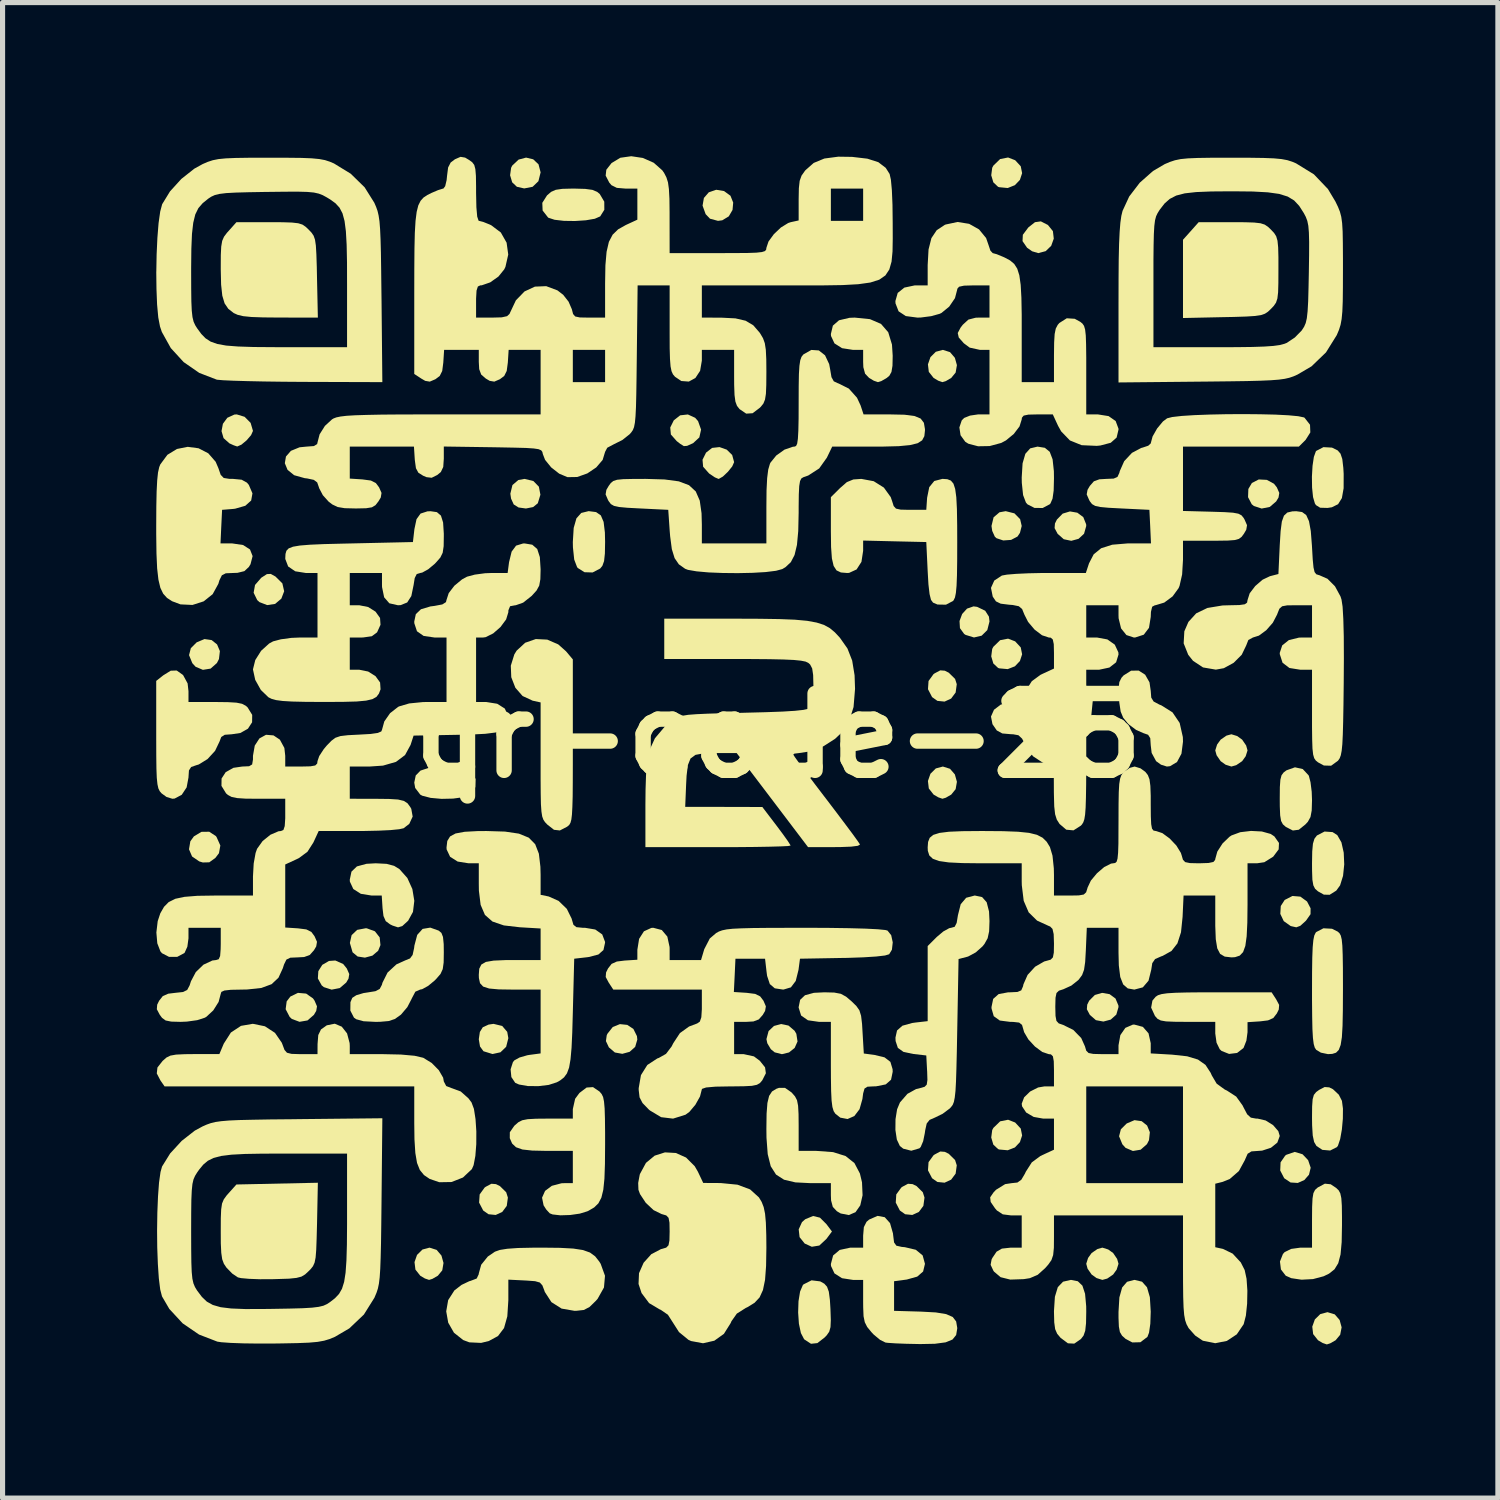
<source format=kicad_pcb>
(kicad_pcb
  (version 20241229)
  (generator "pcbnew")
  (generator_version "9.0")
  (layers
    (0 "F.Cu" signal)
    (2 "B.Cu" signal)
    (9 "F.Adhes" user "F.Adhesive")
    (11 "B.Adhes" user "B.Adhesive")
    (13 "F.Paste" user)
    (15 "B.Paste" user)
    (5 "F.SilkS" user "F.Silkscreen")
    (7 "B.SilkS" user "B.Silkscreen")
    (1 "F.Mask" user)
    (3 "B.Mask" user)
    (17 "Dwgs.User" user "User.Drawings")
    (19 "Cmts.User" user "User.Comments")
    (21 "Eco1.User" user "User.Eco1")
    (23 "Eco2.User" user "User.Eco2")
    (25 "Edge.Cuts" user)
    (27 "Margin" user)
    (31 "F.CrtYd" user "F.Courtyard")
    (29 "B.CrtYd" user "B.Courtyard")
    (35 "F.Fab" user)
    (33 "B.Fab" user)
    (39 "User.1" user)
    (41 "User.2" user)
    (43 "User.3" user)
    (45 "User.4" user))
  (footprint "qr-code-25"
    (layer "F.Cu")
    (at 12.149 11.312)
    (property "Reference" "qr-code-25" (at 0 0 0) (layer "F.SilkS") (effects (font (size 1.5 1.5) (thickness 0.3))))
    (attr board_only exclude_from_pos_files exclude_from_bom)
    (fp_poly (pts (xy 0.81 9.412) (xy 0.936 9.538) (xy 1.044 9.682) (xy 0.936 9.827) (xy 0.798 9.956) (xy 0.651 9.98) (xy 0.512 9.917) (xy 0.412 9.792) (xy 0.395 9.64) (xy 0.459 9.499) (xy 0.522 9.443) (xy 0.676 9.379)) (stroke (width 0) (type solid)) (fill yes) (layer "F.SilkS"))
    (fp_poly (pts (xy -11.067 -1.865) (xy -10.961 -1.78) (xy -10.906 -1.65) (xy -10.924 -1.495) (xy -10.964 -1.417) (xy -11.087 -1.308) (xy -11.238 -1.284) (xy -11.38 -1.344) (xy -11.444 -1.414) (xy -11.508 -1.571) (xy -11.473 -1.707) (xy -11.359 -1.821) (xy -11.206 -1.885)) (stroke (width 0) (type solid)) (fill yes) (layer "F.SilkS"))
    (fp_poly (pts (xy -4.789 -11.252) (xy -4.685 -11.154) (xy -4.644 -10.997) (xy -4.687 -10.824) (xy -4.8 -10.715) (xy -4.964 -10.683) (xy -5.107 -10.715) (xy -5.199 -10.802) (xy -5.24 -10.94) (xy -5.22 -11.086) (xy -5.198 -11.129) (xy -5.074 -11.246) (xy -4.928 -11.285)) (stroke (width 0) (type solid)) (fill yes) (layer "F.SilkS"))
    (fp_poly (pts (xy -4.785 -4.97) (xy -4.678 -4.86) (xy -4.648 -4.703) (xy -4.699 -4.536) (xy -4.79 -4.462) (xy -4.931 -4.434) (xy -5.075 -4.454) (xy -5.169 -4.513) (xy -5.221 -4.627) (xy -5.235 -4.723) (xy -5.194 -4.892) (xy -5.079 -4.99) (xy -4.957 -5.012)) (stroke (width 0) (type solid)) (fill yes) (layer "F.SilkS"))
    (fp_poly (pts (xy -1.063 -10.632) (xy -0.937 -10.54) (xy -0.884 -10.407) (xy -0.897 -10.263) (xy -0.97 -10.138) (xy -1.097 -10.061) (xy -1.181 -10.05) (xy -1.337 -10.092) (xy -1.422 -10.181) (xy -1.482 -10.347) (xy -1.456 -10.497) (xy -1.361 -10.607) (xy -1.216 -10.657)) (stroke (width 0) (type solid)) (fill yes) (layer "F.SilkS"))
    (fp_poly (pts (xy 7.091 7.528) (xy 7.197 7.613) (xy 7.251 7.744) (xy 7.234 7.899) (xy 7.194 7.977) (xy 7.071 8.085) (xy 6.92 8.11) (xy 6.777 8.049) (xy 6.714 7.979) (xy 6.65 7.823) (xy 6.685 7.686) (xy 6.799 7.573) (xy 6.951 7.508)) (stroke (width 0) (type solid)) (fill yes) (layer "F.SilkS"))
    (fp_poly (pts (xy 10.232 8.174) (xy 10.341 8.289) (xy 10.391 8.437) (xy 10.358 8.573) (xy 10.267 8.677) (xy 10.139 8.734) (xy 9.998 8.725) (xy 9.874 8.642) (xy 9.796 8.491) (xy 9.803 8.332) (xy 9.893 8.201) (xy 9.916 8.184) (xy 10.079 8.128)) (stroke (width 0) (type solid)) (fill yes) (layer "F.SilkS"))
    (fp_poly (pts (xy -10.985 1.961) (xy -10.971 1.98) (xy -10.897 2.146) (xy -10.924 2.296) (xy -10.994 2.388) (xy -11.113 2.474) (xy -11.24 2.477) (xy -11.309 2.456) (xy -11.449 2.36) (xy -11.509 2.22) (xy -11.483 2.064) (xy -11.414 1.968) (xy -11.267 1.879) (xy -11.114 1.877)) (stroke (width 0) (type solid)) (fill yes) (layer "F.SilkS"))
    (fp_poly (pts (xy -9.821 -3.106) (xy -9.686 -2.972) (xy -9.651 -2.818) (xy -9.706 -2.674) (xy -9.828 -2.571) (xy -9.983 -2.548) (xy -10.133 -2.606) (xy -10.177 -2.646) (xy -10.247 -2.789) (xy -10.22 -2.941) (xy -10.099 -3.081) (xy -10.092 -3.086) (xy -9.988 -3.153) (xy -9.913 -3.157)) (stroke (width 0) (type solid)) (fill yes) (layer "F.SilkS"))
    (fp_poly (pts (xy -9.222 5.037) (xy -9.088 5.131) (xy -9.057 5.176) (xy -9.01 5.286) (xy -9.025 5.375) (xy -9.07 5.452) (xy -9.195 5.561) (xy -9.351 5.588) (xy -9.501 5.532) (xy -9.543 5.493) (xy -9.622 5.342) (xy -9.602 5.189) (xy -9.53 5.095) (xy -9.382 5.023)) (stroke (width 0) (type solid)) (fill yes) (layer "F.SilkS"))
    (fp_poly (pts (xy -8.499 4.459) (xy -8.428 4.547) (xy -8.38 4.656) (xy -8.395 4.746) (xy -8.44 4.822) (xy -8.565 4.929) (xy -8.724 4.96) (xy -8.876 4.911) (xy -8.918 4.877) (xy -8.993 4.742) (xy -8.984 4.599) (xy -8.907 4.476) (xy -8.776 4.4) (xy -8.652 4.391)) (stroke (width 0) (type solid)) (fill yes) (layer "F.SilkS"))
    (fp_poly (pts (xy -8.036 3.763) (xy -7.879 3.821) (xy -7.786 3.94) (xy -7.771 4.09) (xy -7.816 4.201) (xy -7.928 4.296) (xy -8.074 4.335) (xy -8.216 4.313) (xy -8.315 4.231) (xy -8.316 4.228) (xy -8.368 4.048) (xy -8.334 3.896) (xy -8.226 3.793) (xy -8.057 3.761)) (stroke (width 0) (type solid)) (fill yes) (layer "F.SilkS"))
    (fp_poly (pts (xy -6.674 10.041) (xy -6.58 10.152) (xy -6.54 10.296) (xy -6.564 10.44) (xy -6.65 10.545) (xy -6.757 10.607) (xy -6.822 10.627) (xy -6.904 10.599) (xy -6.994 10.545) (xy -7.088 10.426) (xy -7.106 10.28) (xy -7.057 10.139) (xy -6.951 10.034) (xy -6.813 9.997)) (stroke (width 0) (type solid)) (fill yes) (layer "F.SilkS"))
    (fp_poly (pts (xy -5.516 8.757) (xy -5.439 8.795) (xy -5.316 8.916) (xy -5.283 9.02) (xy -5.305 9.182) (xy -5.393 9.3) (xy -5.521 9.359) (xy -5.661 9.345) (xy -5.765 9.272) (xy -5.845 9.118) (xy -5.834 8.958) (xy -5.737 8.824) (xy -5.714 8.808) (xy -5.605 8.75)) (stroke (width 0) (type solid)) (fill yes) (layer "F.SilkS"))
    (fp_poly (pts (xy -5.394 5.669) (xy -5.296 5.784) (xy -5.274 5.907) (xy -5.317 6.076) (xy -5.428 6.183) (xy -5.583 6.217) (xy -5.758 6.163) (xy -5.76 6.162) (xy -5.827 6.07) (xy -5.851 5.929) (xy -5.83 5.786) (xy -5.773 5.694) (xy -5.659 5.642) (xy -5.563 5.628)) (stroke (width 0) (type solid)) (fill yes) (layer "F.SilkS"))
    (fp_poly (pts (xy 0.195 5.661) (xy 0.315 5.763) (xy 0.349 5.822) (xy 0.372 5.972) (xy 0.316 6.098) (xy 0.206 6.186) (xy 0.068 6.22) (xy -0.074 6.184) (xy -0.149 6.123) (xy -0.218 6.007) (xy -0.235 5.926) (xy -0.193 5.769) (xy -0.088 5.669) (xy 0.051 5.631)) (stroke (width 0) (type solid)) (fill yes) (layer "F.SilkS"))
    (fp_poly (pts (xy 2.619 8.757) (xy 2.696 8.795) (xy 2.818 8.916) (xy 2.851 9.02) (xy 2.829 9.182) (xy 2.741 9.3) (xy 2.613 9.359) (xy 2.473 9.345) (xy 2.37 9.272) (xy 2.29 9.118) (xy 2.3 8.958) (xy 2.398 8.824) (xy 2.42 8.808) (xy 2.529 8.75)) (stroke (width 0) (type solid)) (fill yes) (layer "F.SilkS"))
    (fp_poly (pts (xy 3.248 -1.267) (xy 3.325 -1.228) (xy 3.448 -1.107) (xy 3.481 -1.004) (xy 3.459 -0.841) (xy 3.371 -0.723) (xy 3.243 -0.664) (xy 3.103 -0.678) (xy 2.999 -0.752) (xy 2.919 -0.906) (xy 2.93 -1.066) (xy 3.027 -1.2) (xy 3.05 -1.216) (xy 3.159 -1.274)) (stroke (width 0) (type solid)) (fill yes) (layer "F.SilkS"))
    (fp_poly (pts (xy 3.248 8.127) (xy 3.325 8.165) (xy 3.448 8.287) (xy 3.481 8.39) (xy 3.459 8.552) (xy 3.371 8.67) (xy 3.243 8.729) (xy 3.103 8.715) (xy 2.999 8.642) (xy 2.919 8.488) (xy 2.93 8.328) (xy 3.027 8.194) (xy 3.05 8.178) (xy 3.159 8.12)) (stroke (width 0) (type solid)) (fill yes) (layer "F.SilkS"))
    (fp_poly (pts (xy 3.349 -7.487) (xy 3.444 -7.376) (xy 3.484 -7.233) (xy 3.459 -7.088) (xy 3.373 -6.983) (xy 3.267 -6.921) (xy 3.201 -6.901) (xy 3.12 -6.929) (xy 3.029 -6.983) (xy 2.935 -7.102) (xy 2.918 -7.248) (xy 2.967 -7.389) (xy 3.072 -7.494) (xy 3.21 -7.531)) (stroke (width 0) (type solid)) (fill yes) (layer "F.SilkS"))
    (fp_poly (pts (xy 3.349 0.648) (xy 3.444 0.758) (xy 3.484 0.902) (xy 3.459 1.046) (xy 3.373 1.152) (xy 3.267 1.213) (xy 3.201 1.233) (xy 3.12 1.205) (xy 3.029 1.152) (xy 2.935 1.032) (xy 2.918 0.886) (xy 2.967 0.745) (xy 3.072 0.641) (xy 3.21 0.604)) (stroke (width 0) (type solid)) (fill yes) (layer "F.SilkS"))
    (fp_poly (pts (xy 3.878 -2.514) (xy 4.036 -2.438) (xy 4.109 -2.323) (xy 4.12 -2.228) (xy 4.077 -2.06) (xy 3.967 -1.951) (xy 3.817 -1.916) (xy 3.654 -1.966) (xy 3.625 -1.985) (xy 3.543 -2.098) (xy 3.535 -2.237) (xy 3.586 -2.374) (xy 3.681 -2.479) (xy 3.808 -2.523)) (stroke (width 0) (type solid)) (fill yes) (layer "F.SilkS"))
    (fp_poly (pts (xy 4.607 -4.339) (xy 4.718 -4.226) (xy 4.749 -4.093) (xy 4.715 -3.959) (xy 4.667 -3.887) (xy 4.542 -3.821) (xy 4.389 -3.81) (xy 4.257 -3.854) (xy 4.224 -3.884) (xy 4.173 -3.997) (xy 4.159 -4.093) (xy 4.2 -4.262) (xy 4.315 -4.36) (xy 4.437 -4.382)) (stroke (width 0) (type solid)) (fill yes) (layer "F.SilkS"))
    (fp_poly (pts (xy 4.621 -11.234) (xy 4.73 -11.116) (xy 4.757 -10.981) (xy 4.714 -10.85) (xy 4.616 -10.747) (xy 4.476 -10.691) (xy 4.31 -10.707) (xy 4.287 -10.715) (xy 4.195 -10.802) (xy 4.154 -10.94) (xy 4.173 -11.086) (xy 4.196 -11.129) (xy 4.328 -11.257) (xy 4.483 -11.287)) (stroke (width 0) (type solid)) (fill yes) (layer "F.SilkS"))
    (fp_poly (pts (xy 4.621 -1.84) (xy 4.73 -1.722) (xy 4.757 -1.587) (xy 4.714 -1.456) (xy 4.616 -1.353) (xy 4.476 -1.298) (xy 4.31 -1.313) (xy 4.287 -1.322) (xy 4.195 -1.408) (xy 4.154 -1.547) (xy 4.173 -1.692) (xy 4.196 -1.735) (xy 4.328 -1.863) (xy 4.483 -1.893)) (stroke (width 0) (type solid)) (fill yes) (layer "F.SilkS"))
    (fp_poly (pts (xy 4.621 7.554) (xy 4.73 7.672) (xy 4.757 7.807) (xy 4.714 7.937) (xy 4.616 8.041) (xy 4.476 8.096) (xy 4.31 8.081) (xy 4.287 8.072) (xy 4.195 7.986) (xy 4.154 7.847) (xy 4.173 7.702) (xy 4.196 7.659) (xy 4.328 7.531) (xy 4.483 7.5)) (stroke (width 0) (type solid)) (fill yes) (layer "F.SilkS"))
    (fp_poly (pts (xy 9.535 -4.993) (xy 9.675 -4.917) (xy 9.73 -4.847) (xy 9.778 -4.738) (xy 9.763 -4.648) (xy 9.717 -4.572) (xy 9.593 -4.465) (xy 9.434 -4.433) (xy 9.282 -4.483) (xy 9.24 -4.517) (xy 9.168 -4.655) (xy 9.174 -4.815) (xy 9.243 -4.932) (xy 9.377 -5.001)) (stroke (width 0) (type solid)) (fill yes) (layer "F.SilkS"))
    (fp_poly (pts (xy 10.861 11.3) (xy 10.956 11.41) (xy 10.995 11.553) (xy 10.967 11.698) (xy 10.878 11.805) (xy 10.771 11.866) (xy 10.706 11.887) (xy 10.625 11.859) (xy 10.534 11.805) (xy 10.439 11.685) (xy 10.422 11.54) (xy 10.472 11.399) (xy 10.578 11.295) (xy 10.719 11.257)) (stroke (width 0) (type solid)) (fill yes) (layer "F.SilkS"))
    (fp_poly (pts (xy -2.952 5.648) (xy -2.832 5.728) (xy -2.763 5.868) (xy -2.756 5.935) (xy -2.798 6.078) (xy -2.906 6.174) (xy -3.049 6.213) (xy -3.194 6.187) (xy -3.311 6.087) (xy -3.312 6.085) (xy -3.369 5.964) (xy -3.353 5.851) (xy -3.34 5.822) (xy -3.235 5.689) (xy -3.096 5.633)) (stroke (width 0) (type solid)) (fill yes) (layer "F.SilkS"))
    (fp_poly (pts (xy -1.627 -6.205) (xy -1.57 -6.14) (xy -1.511 -5.974) (xy -1.545 -5.822) (xy -1.666 -5.71) (xy -1.681 -5.703) (xy -1.784 -5.657) (xy -1.847 -5.652) (xy -1.918 -5.696) (xy -1.987 -5.75) (xy -2.101 -5.879) (xy -2.113 -6.016) (xy -2.044 -6.155) (xy -1.92 -6.253) (xy -1.769 -6.27)) (stroke (width 0) (type solid)) (fill yes) (layer "F.SilkS"))
    (fp_poly (pts (xy 5.258 -9.971) (xy 5.262 -9.968) (xy 5.358 -9.849) (xy 5.375 -9.703) (xy 5.325 -9.563) (xy 5.218 -9.459) (xy 5.073 -9.42) (xy 4.952 -9.456) (xy 4.854 -9.525) (xy 4.765 -9.654) (xy 4.771 -9.778) (xy 4.875 -9.917) (xy 4.878 -9.921) (xy 5.008 -10.024) (xy 5.123 -10.04)) (stroke (width 0) (type solid)) (fill yes) (layer "F.SilkS"))
    (fp_poly (pts (xy 5.835 -4.352) (xy 5.951 -4.266) (xy 6.007 -4.126) (xy 6.009 -4.093) (xy 5.966 -3.941) (xy 5.859 -3.842) (xy 5.717 -3.803) (xy 5.57 -3.834) (xy 5.449 -3.941) (xy 5.449 -3.942) (xy 5.391 -4.051) (xy 5.398 -4.141) (xy 5.436 -4.218) (xy 5.549 -4.334) (xy 5.691 -4.377)) (stroke (width 0) (type solid)) (fill yes) (layer "F.SilkS"))
    (fp_poly (pts (xy 6.464 5.048) (xy 6.58 5.133) (xy 6.637 5.269) (xy 6.639 5.3) (xy 6.596 5.447) (xy 6.487 5.545) (xy 6.344 5.583) (xy 6.198 5.556) (xy 6.079 5.453) (xy 6.079 5.452) (xy 6.021 5.343) (xy 6.028 5.253) (xy 6.066 5.176) (xy 6.177 5.064) (xy 6.319 5.023)) (stroke (width 0) (type solid)) (fill yes) (layer "F.SilkS"))
    (fp_poly (pts (xy 10.19 3.144) (xy 10.32 3.239) (xy 10.389 3.371) (xy 10.388 3.487) (xy 10.302 3.609) (xy 10.292 3.62) (xy 10.188 3.714) (xy 10.11 3.743) (xy 10.012 3.721) (xy 9.997 3.716) (xy 9.865 3.622) (xy 9.798 3.481) (xy 9.807 3.327) (xy 9.883 3.209) (xy 10.035 3.131)) (stroke (width 0) (type solid)) (fill yes) (layer "F.SilkS"))
    (fp_poly (pts (xy -1.01 -5.583) (xy -0.904 -5.479) (xy -0.866 -5.339) (xy -0.902 -5.257) (xy -0.986 -5.152) (xy -1.085 -5.058) (xy -1.165 -5.012) (xy -1.171 -5.012) (xy -1.242 -5.042) (xy -1.349 -5.114) (xy -1.357 -5.121) (xy -1.471 -5.249) (xy -1.483 -5.386) (xy -1.414 -5.525) (xy -1.296 -5.617) (xy -1.151 -5.633)) (stroke (width 0) (type solid)) (fill yes) (layer "F.SilkS"))
    (fp_poly (pts (xy 6.438 10.033) (xy 6.534 10.102) (xy 6.612 10.217) (xy 6.639 10.312) (xy 6.603 10.426) (xy 6.534 10.522) (xy 6.419 10.601) (xy 6.324 10.627) (xy 6.21 10.591) (xy 6.114 10.522) (xy 6.035 10.408) (xy 6.009 10.312) (xy 6.045 10.198) (xy 6.114 10.102) (xy 6.228 10.024) (xy 6.324 9.997)) (stroke (width 0) (type solid)) (fill yes) (layer "F.SilkS"))
    (fp_poly (pts (xy 8.957 0.009) (xy 9.053 0.079) (xy 9.131 0.193) (xy 9.158 0.289) (xy 9.122 0.403) (xy 9.053 0.499) (xy 8.938 0.577) (xy 8.843 0.604) (xy 8.729 0.568) (xy 8.633 0.499) (xy 8.554 0.384) (xy 8.528 0.289) (xy 8.564 0.174) (xy 8.633 0.079) (xy 8.747 0.000092) (xy 8.843 -0.026)) (stroke (width 0) (type solid)) (fill yes) (layer "F.SilkS"))
    (fp_poly (pts (xy -10.423 -6.224) (xy -10.306 -6.106) (xy -10.26 -5.949) (xy -10.26 -5.949) (xy -10.297 -5.866) (xy -10.384 -5.765) (xy -10.486 -5.68) (xy -10.566 -5.645) (xy -10.569 -5.645) (xy -10.636 -5.668) (xy -10.72 -5.706) (xy -10.834 -5.808) (xy -10.874 -5.945) (xy -10.847 -6.088) (xy -10.761 -6.205) (xy -10.623 -6.268) (xy -10.576 -6.271)) (stroke (width 0) (type solid)) (fill yes) (layer "F.SilkS"))
    (fp_poly (pts (xy 7.098 10.662) (xy 7.195 10.771) (xy 7.251 10.964) (xy 7.268 11.247) (xy 7.26 11.483) (xy 7.235 11.657) (xy 7.203 11.74) (xy 7.066 11.844) (xy 6.909 11.848) (xy 6.778 11.779) (xy 6.708 11.716) (xy 6.666 11.645) (xy 6.646 11.538) (xy 6.639 11.367) (xy 6.639 11.253) (xy 6.656 10.968) (xy 6.71 10.775) (xy 6.806 10.664) (xy 6.947 10.627) (xy 6.954 10.627)) (stroke (width 0) (type solid)) (fill yes) (layer "F.SilkS"))
    (fp_poly (pts (xy -6.257 0.609) (xy -6.116 0.628) (xy -6.028 0.666) (xy -5.991 0.699) (xy -5.914 0.848) (xy -5.919 1.007) (xy -6.002 1.137) (xy -6.021 1.152) (xy -6.155 1.203) (xy -6.353 1.23) (xy -6.578 1.235) (xy -6.791 1.216) (xy -6.954 1.174) (xy -6.994 1.152) (xy -7.093 1.022) (xy -7.111 0.918) (xy -7.082 0.778) (xy -6.989 0.683) (xy -6.819 0.627) (xy -6.563 0.604) (xy -6.478 0.604)) (stroke (width 0) (type solid)) (fill yes) (layer "F.SilkS"))
    (fp_poly (pts (xy -3.561 -4.364) (xy -3.468 -4.299) (xy -3.414 -4.172) (xy -3.389 -3.966) (xy -3.385 -3.783) (xy -3.389 -3.555) (xy -3.405 -3.407) (xy -3.438 -3.315) (xy -3.481 -3.262) (xy -3.629 -3.185) (xy -3.788 -3.19) (xy -3.919 -3.273) (xy -3.933 -3.292) (xy -3.988 -3.437) (xy -4.013 -3.675) (xy -4.015 -3.779) (xy -3.998 -4.055) (xy -3.945 -4.241) (xy -3.851 -4.347) (xy -3.709 -4.382) (xy -3.701 -4.382)) (stroke (width 0) (type solid)) (fill yes) (layer "F.SilkS"))
    (fp_poly (pts (xy 5.201 -5.619) (xy 5.296 -5.541) (xy 5.352 -5.394) (xy 5.377 -5.164) (xy 5.379 -5.025) (xy 5.373 -4.784) (xy 5.351 -4.627) (xy 5.311 -4.534) (xy 5.297 -4.517) (xy 5.159 -4.444) (xy 4.999 -4.445) (xy 4.862 -4.515) (xy 4.831 -4.551) (xy 4.776 -4.696) (xy 4.751 -4.934) (xy 4.749 -5.038) (xy 4.766 -5.316) (xy 4.82 -5.502) (xy 4.915 -5.608) (xy 5.057 -5.642) (xy 5.059 -5.642)) (stroke (width 0) (type solid)) (fill yes) (layer "F.SilkS"))
    (fp_poly (pts (xy -3.773 -10.674) (xy -3.633 -10.655) (xy -3.54 -10.616) (xy -3.49 -10.575) (xy -3.401 -10.425) (xy -3.4 -10.266) (xy -3.481 -10.137) (xy -3.586 -10.091) (xy -3.761 -10.061) (xy -3.973 -10.047) (xy -4.188 -10.05) (xy -4.371 -10.071) (xy -4.49 -10.11) (xy -4.498 -10.115) (xy -4.605 -10.252) (xy -4.611 -10.402) (xy -4.519 -10.547) (xy -4.439 -10.616) (xy -4.349 -10.656) (xy -4.22 -10.675) (xy -4.02 -10.68) (xy -3.991 -10.68)) (stroke (width 0) (type solid)) (fill yes) (layer "F.SilkS"))
    (fp_poly (pts (xy 10.807 -5.623) (xy 10.918 -5.568) (xy 10.973 -5.505) (xy 11.008 -5.4) (xy 11.028 -5.228) (xy 11.035 -5.109) (xy 11.034 -4.829) (xy 11 -4.637) (xy 10.926 -4.518) (xy 10.805 -4.458) (xy 10.721 -4.445) (xy 10.576 -4.449) (xy 10.494 -4.5) (xy 10.473 -4.533) (xy 10.437 -4.657) (xy 10.418 -4.842) (xy 10.415 -5.055) (xy 10.427 -5.266) (xy 10.453 -5.441) (xy 10.492 -5.55) (xy 10.5 -5.559) (xy 10.64 -5.632)) (stroke (width 0) (type solid)) (fill yes) (layer "F.SilkS"))
    (fp_poly (pts (xy 10.818 1.884) (xy 10.91 1.943) (xy 10.991 2.084) (xy 11.036 2.285) (xy 11.046 2.514) (xy 11.023 2.738) (xy 10.965 2.924) (xy 10.89 3.027) (xy 10.761 3.108) (xy 10.648 3.105) (xy 10.534 3.041) (xy 10.477 2.991) (xy 10.443 2.924) (xy 10.424 2.814) (xy 10.418 2.638) (xy 10.417 2.498) (xy 10.421 2.263) (xy 10.435 2.11) (xy 10.464 2.014) (xy 10.511 1.952) (xy 10.513 1.95) (xy 10.662 1.873)) (stroke (width 0) (type solid)) (fill yes) (layer "F.SilkS"))
    (fp_poly (pts (xy 0.815 10.656) (xy 0.895 10.701) (xy 0.948 10.76) (xy 0.983 10.857) (xy 1.004 11.017) (xy 1.015 11.197) (xy 1.022 11.41) (xy 1.016 11.548) (xy 0.991 11.638) (xy 0.94 11.711) (xy 0.9 11.752) (xy 0.759 11.861) (xy 0.635 11.874) (xy 0.509 11.792) (xy 0.499 11.782) (xy 0.438 11.665) (xy 0.399 11.482) (xy 0.384 11.264) (xy 0.391 11.044) (xy 0.422 10.854) (xy 0.476 10.728) (xy 0.49 10.714) (xy 0.646 10.635)) (stroke (width 0) (type solid)) (fill yes) (layer "F.SilkS"))
    (fp_poly (pts (xy 5.844 10.653) (xy 5.934 10.739) (xy 5.986 10.898) (xy 6.008 11.142) (xy 6.009 11.248) (xy 6.005 11.473) (xy 5.989 11.62) (xy 5.956 11.715) (xy 5.904 11.782) (xy 5.775 11.871) (xy 5.651 11.865) (xy 5.512 11.761) (xy 5.508 11.758) (xy 5.441 11.678) (xy 5.402 11.588) (xy 5.384 11.456) (xy 5.379 11.252) (xy 5.379 11.233) (xy 5.397 10.956) (xy 5.454 10.768) (xy 5.556 10.662) (xy 5.707 10.627) (xy 5.712 10.627)) (stroke (width 0) (type solid)) (fill yes) (layer "F.SilkS"))
    (fp_poly (pts (xy 10.754 6.868) (xy 10.826 6.904) (xy 10.94 7.011) (xy 11.001 7.131) (xy 11.021 7.283) (xy 11.019 7.481) (xy 11 7.69) (xy 10.967 7.876) (xy 10.924 8.005) (xy 10.904 8.034) (xy 10.771 8.101) (xy 10.619 8.088) (xy 10.504 8.012) (xy 10.458 7.934) (xy 10.431 7.808) (xy 10.419 7.612) (xy 10.417 7.462) (xy 10.419 7.241) (xy 10.429 7.101) (xy 10.453 7.015) (xy 10.498 6.959) (xy 10.554 6.918) (xy 10.664 6.861)) (stroke (width 0) (type solid)) (fill yes) (layer "F.SilkS"))
    (fp_poly (pts (xy 10.236 0.653) (xy 10.348 0.773) (xy 10.356 0.788) (xy 10.388 0.912) (xy 10.411 1.097) (xy 10.417 1.264) (xy 10.411 1.462) (xy 10.387 1.59) (xy 10.336 1.682) (xy 10.288 1.734) (xy 10.159 1.838) (xy 10.043 1.853) (xy 9.908 1.784) (xy 9.904 1.781) (xy 9.848 1.732) (xy 9.813 1.666) (xy 9.795 1.557) (xy 9.788 1.383) (xy 9.787 1.231) (xy 9.789 1.006) (xy 9.799 0.862) (xy 9.822 0.774) (xy 9.864 0.718) (xy 9.918 0.678) (xy 10.084 0.619)) (stroke (width 0) (type solid)) (fill yes) (layer "F.SilkS"))
    (fp_poly (pts (xy -7.65 2.504) (xy -7.504 2.543) (xy -7.4 2.607) (xy -7.246 2.78) (xy -7.148 2.996) (xy -7.11 3.226) (xy -7.136 3.442) (xy -7.231 3.615) (xy -7.24 3.623) (xy -7.345 3.719) (xy -7.428 3.744) (xy -7.534 3.709) (xy -7.583 3.685) (xy -7.668 3.622) (xy -7.712 3.522) (xy -7.73 3.371) (xy -7.746 3.123) (xy -7.942 3.123) (xy -8.154 3.089) (xy -8.301 2.995) (xy -8.368 2.851) (xy -8.37 2.813) (xy -8.337 2.656) (xy -8.231 2.554) (xy -8.044 2.503) (xy -7.862 2.493)) (stroke (width 0) (type solid)) (fill yes) (layer "F.SilkS"))
    (fp_poly (pts (xy 1.786 -8.131) (xy 2.002 -8.038) (xy 2.143 -7.875) (xy 2.216 -7.635) (xy 2.23 -7.417) (xy 2.226 -7.221) (xy 2.206 -7.1) (xy 2.165 -7.026) (xy 2.114 -6.983) (xy 2.007 -6.921) (xy 1.942 -6.901) (xy 1.861 -6.929) (xy 1.77 -6.983) (xy 1.691 -7.066) (xy 1.657 -7.193) (xy 1.653 -7.298) (xy 1.653 -7.531) (xy 1.455 -7.531) (xy 1.241 -7.564) (xy 1.093 -7.658) (xy 1.026 -7.802) (xy 1.023 -7.841) (xy 1.062 -8.004) (xy 1.182 -8.109) (xy 1.387 -8.157) (xy 1.489 -8.161)) (stroke (width 0) (type solid)) (fill yes) (layer "F.SilkS"))
    (fp_poly (pts (xy 9.105 -10.023) (xy 9.289 -10.017) (xy 9.411 -10.003) (xy 9.493 -9.977) (xy 9.557 -9.934) (xy 9.616 -9.878) (xy 9.677 -9.813) (xy 9.718 -9.748) (xy 9.743 -9.662) (xy 9.756 -9.533) (xy 9.761 -9.34) (xy 9.761 -9.105) (xy 9.76 -8.839) (xy 9.755 -8.656) (xy 9.741 -8.535) (xy 9.714 -8.453) (xy 9.67 -8.389) (xy 9.616 -8.332) (xy 9.557 -8.276) (xy 9.498 -8.237) (xy 9.42 -8.21) (xy 9.305 -8.193) (xy 9.134 -8.182) (xy 8.889 -8.174) (xy 8.684 -8.17) (xy 7.898 -8.153) (xy 7.898 -8.917) (xy 7.898 -9.681) (xy 8.051 -9.852) (xy 8.204 -10.024) (xy 8.837 -10.024)) (stroke (width 0) (type solid)) (fill yes) (layer "F.SilkS"))
    (fp_poly (pts (xy -9.683 -10.023) (xy -9.499 -10.017) (xy -9.376 -10.003) (xy -9.294 -9.977) (xy -9.231 -9.934) (xy -9.172 -9.878) (xy -9.116 -9.819) (xy -9.076 -9.76) (xy -9.049 -9.683) (xy -9.032 -9.568) (xy -9.022 -9.397) (xy -9.014 -9.152) (xy -9.01 -8.947) (xy -8.993 -8.161) (xy -9.744 -8.162) (xy -10.06 -8.165) (xy -10.289 -8.173) (xy -10.449 -8.189) (xy -10.559 -8.215) (xy -10.636 -8.25) (xy -10.742 -8.333) (xy -10.814 -8.439) (xy -10.859 -8.59) (xy -10.882 -8.804) (xy -10.889 -9.101) (xy -10.889 -9.133) (xy -10.888 -9.38) (xy -10.88 -9.547) (xy -10.861 -9.659) (xy -10.825 -9.741) (xy -10.767 -9.818) (xy -10.736 -9.852) (xy -10.583 -10.024) (xy -9.95 -10.024)) (stroke (width 0) (type solid)) (fill yes) (layer "F.SilkS"))
    (fp_poly (pts (xy 10.782 8.76) (xy 10.888 8.831) (xy 10.937 8.878) (xy 10.969 8.937) (xy 10.989 9.03) (xy 10.999 9.176) (xy 11.002 9.395) (xy 11.002 9.562) (xy 10.996 9.889) (xy 10.974 10.13) (xy 10.929 10.301) (xy 10.856 10.42) (xy 10.749 10.505) (xy 10.644 10.556) (xy 10.437 10.611) (xy 10.212 10.623) (xy 10.011 10.593) (xy 9.904 10.545) (xy 9.81 10.423) (xy 9.791 10.268) (xy 9.849 10.121) (xy 9.883 10.084) (xy 10.01 10.022) (xy 10.191 9.997) (xy 10.198 9.997) (xy 10.417 9.997) (xy 10.417 9.449) (xy 10.419 9.201) (xy 10.427 9.037) (xy 10.444 8.934) (xy 10.476 8.87) (xy 10.526 8.825) (xy 10.534 8.82) (xy 10.668 8.748)) (stroke (width 0) (type solid)) (fill yes) (layer "F.SilkS"))
    (fp_poly (pts (xy -9.009 9.52) (xy -9.017 9.824) (xy -9.025 10.041) (xy -9.037 10.19) (xy -9.057 10.29) (xy -9.088 10.359) (xy -9.133 10.416) (xy -9.172 10.455) (xy -9.242 10.52) (xy -9.314 10.563) (xy -9.411 10.588) (xy -9.556 10.603) (xy -9.774 10.61) (xy -9.88 10.613) (xy -10.124 10.614) (xy -10.337 10.606) (xy -10.493 10.592) (xy -10.554 10.578) (xy -10.664 10.504) (xy -10.775 10.39) (xy -10.777 10.388) (xy -10.828 10.312) (xy -10.861 10.223) (xy -10.879 10.098) (xy -10.888 9.912) (xy -10.889 9.676) (xy -10.888 9.424) (xy -10.881 9.252) (xy -10.864 9.137) (xy -10.83 9.055) (xy -10.776 8.98) (xy -10.736 8.935) (xy -10.583 8.764) (xy -9.788 8.747) (xy -8.993 8.73)) (stroke (width 0) (type solid)) (fill yes) (layer "F.SilkS"))
    (fp_poly (pts (xy 10.807 3.771) (xy 10.919 3.827) (xy 10.953 3.858) (xy 10.979 3.905) (xy 10.997 3.981) (xy 11.009 4.101) (xy 11.016 4.279) (xy 11.02 4.529) (xy 11.021 4.866) (xy 11.021 4.973) (xy 11.019 5.367) (xy 11.013 5.667) (xy 11 5.888) (xy 10.976 6.04) (xy 10.939 6.137) (xy 10.886 6.191) (xy 10.814 6.214) (xy 10.729 6.219) (xy 10.59 6.19) (xy 10.5 6.136) (xy 10.471 6.093) (xy 10.45 6.021) (xy 10.435 5.904) (xy 10.425 5.73) (xy 10.42 5.485) (xy 10.417 5.154) (xy 10.417 4.986) (xy 10.418 4.615) (xy 10.422 4.335) (xy 10.43 4.132) (xy 10.443 3.993) (xy 10.461 3.904) (xy 10.487 3.85) (xy 10.5 3.835) (xy 10.64 3.762)) (stroke (width 0) (type solid)) (fill yes) (layer "F.SilkS"))
    (fp_poly (pts (xy 7.159 -1.189) (xy 7.244 -1.04) (xy 7.268 -0.874) (xy 7.278 -0.742) (xy 7.324 -0.666) (xy 7.436 -0.606) (xy 7.476 -0.59) (xy 7.693 -0.454) (xy 7.833 -0.247) (xy 7.895 0.028) (xy 7.898 0.118) (xy 7.868 0.353) (xy 7.781 0.516) (xy 7.646 0.597) (xy 7.583 0.604) (xy 7.469 0.568) (xy 7.373 0.499) (xy 7.286 0.338) (xy 7.268 0.188) (xy 7.259 0.051) (xy 7.217 -0.016) (xy 7.12 -0.05) (xy 7.118 -0.051) (xy 6.983 -0.111) (xy 6.843 -0.216) (xy 6.819 -0.24) (xy 6.731 -0.348) (xy 6.681 -0.469) (xy 6.655 -0.642) (xy 6.648 -0.73) (xy 6.641 -0.923) (xy 6.655 -1.045) (xy 6.697 -1.129) (xy 6.738 -1.175) (xy 6.886 -1.268) (xy 7.034 -1.269)) (stroke (width 0) (type solid)) (fill yes) (layer "F.SilkS"))
    (fp_poly (pts (xy -4.514 -1.874) (xy -4.3 -1.781) (xy -4.148 -1.646) (xy -4.015 -1.488) (xy -4.015 0.106) (xy -4.015 0.556) (xy -4.016 0.913) (xy -4.018 1.189) (xy -4.024 1.393) (xy -4.032 1.54) (xy -4.044 1.639) (xy -4.061 1.702) (xy -4.084 1.742) (xy -4.114 1.769) (xy -4.131 1.781) (xy -4.268 1.852) (xy -4.383 1.839) (xy -4.512 1.738) (xy -4.516 1.734) (xy -4.558 1.69) (xy -4.59 1.642) (xy -4.613 1.578) (xy -4.628 1.482) (xy -4.638 1.339) (xy -4.642 1.136) (xy -4.644 0.857) (xy -4.644 0.488) (xy -4.644 0.479) (xy -4.644 -0.648) (xy -4.8 -0.682) (xy -4.996 -0.773) (xy -5.137 -0.934) (xy -5.217 -1.14) (xy -5.226 -1.365) (xy -5.157 -1.586) (xy -5.112 -1.659) (xy -4.945 -1.813) (xy -4.738 -1.885)) (stroke (width 0) (type solid)) (fill yes) (layer "F.SilkS"))
    (fp_poly (pts (xy 9.717 5.149) (xy 9.775 5.258) (xy 9.768 5.348) (xy 9.73 5.425) (xy 9.661 5.514) (xy 9.558 5.56) (xy 9.405 5.579) (xy 9.158 5.595) (xy 9.158 5.79) (xy 9.136 5.955) (xy 9.082 6.093) (xy 9.076 6.102) (xy 8.954 6.196) (xy 8.798 6.215) (xy 8.652 6.157) (xy 8.615 6.123) (xy 8.553 5.996) (xy 8.528 5.815) (xy 8.528 5.808) (xy 8.528 5.589) (xy 7.98 5.589) (xy 7.732 5.587) (xy 7.567 5.58) (xy 7.464 5.562) (xy 7.401 5.53) (xy 7.356 5.48) (xy 7.35 5.472) (xy 7.276 5.311) (xy 7.301 5.174) (xy 7.364 5.099) (xy 7.409 5.069) (xy 7.48 5.047) (xy 7.589 5.031) (xy 7.751 5.021) (xy 7.981 5.015) (xy 8.293 5.012) (xy 8.544 5.012) (xy 9.628 5.012)) (stroke (width 0) (type solid)) (fill yes) (layer "F.SilkS"))
    (fp_poly (pts (xy 0.128 6.878) (xy 0.25 6.963) (xy 0.262 6.974) (xy 0.323 7.044) (xy 0.362 7.119) (xy 0.383 7.226) (xy 0.392 7.39) (xy 0.394 7.607) (xy 0.394 8.108) (xy 0.736 8.108) (xy 1.066 8.132) (xy 1.311 8.209) (xy 1.483 8.346) (xy 1.59 8.55) (xy 1.631 8.722) (xy 1.642 8.974) (xy 1.597 9.172) (xy 1.504 9.305) (xy 1.373 9.361) (xy 1.215 9.33) (xy 1.14 9.286) (xy 1.061 9.202) (xy 1.027 9.075) (xy 1.023 8.971) (xy 1.023 8.738) (xy 0.625 8.738) (xy 0.33 8.723) (xy 0.109 8.671) (xy -0.048 8.57) (xy -0.151 8.408) (xy -0.21 8.172) (xy -0.234 7.851) (xy -0.236 7.677) (xy -0.232 7.382) (xy -0.216 7.173) (xy -0.183 7.035) (xy -0.126 6.948) (xy -0.042 6.896) (xy 0.012 6.877)) (stroke (width 0) (type solid)) (fill yes) (layer "F.SilkS"))
    (fp_poly (pts (xy 1.089 5.017) (xy 1.217 5.041) (xy 1.32 5.097) (xy 1.426 5.187) (xy 1.521 5.28) (xy 1.58 5.364) (xy 1.613 5.471) (xy 1.632 5.63) (xy 1.641 5.784) (xy 1.666 6.207) (xy 1.871 6.234) (xy 2.071 6.282) (xy 2.185 6.37) (xy 2.228 6.513) (xy 2.23 6.564) (xy 2.198 6.719) (xy 2.094 6.81) (xy 1.908 6.847) (xy 1.847 6.849) (xy 1.737 6.855) (xy 1.68 6.891) (xy 1.653 6.986) (xy 1.639 7.095) (xy 1.583 7.294) (xy 1.481 7.428) (xy 1.349 7.486) (xy 1.207 7.459) (xy 1.11 7.382) (xy 1.077 7.331) (xy 1.053 7.251) (xy 1.037 7.126) (xy 1.028 6.94) (xy 1.024 6.677) (xy 1.023 6.438) (xy 1.023 5.589) (xy 0.791 5.589) (xy 0.575 5.558) (xy 0.442 5.465) (xy 0.394 5.311) (xy 0.394 5.3) (xy 0.423 5.159) (xy 0.518 5.069) (xy 0.692 5.022) (xy 0.897 5.012)) (stroke (width 0) (type solid)) (fill yes) (layer "F.SilkS"))
    (fp_poly (pts (xy -11.632 -1.188) (xy -11.624 -1.181) (xy -11.536 -1.019) (xy -11.519 -0.866) (xy -11.519 -0.656) (xy -10.994 -0.656) (xy -10.747 -0.653) (xy -10.581 -0.643) (xy -10.473 -0.621) (xy -10.401 -0.583) (xy -10.365 -0.551) (xy -10.275 -0.405) (xy -10.277 -0.26) (xy -10.358 -0.135) (xy -10.507 -0.051) (xy -10.674 -0.026) (xy -10.811 -0.016) (xy -10.879 0.027) (xy -10.914 0.118) (xy -11 0.298) (xy -11.147 0.458) (xy -11.319 0.564) (xy -11.369 0.579) (xy -11.467 0.613) (xy -11.51 0.68) (xy -11.519 0.815) (xy -11.519 0.818) (xy -11.555 1.011) (xy -11.651 1.156) (xy -11.789 1.229) (xy -11.834 1.233) (xy -11.948 1.198) (xy -12.044 1.128) (xy -12.08 1.086) (xy -12.107 1.031) (xy -12.125 0.949) (xy -12.138 0.824) (xy -12.145 0.642) (xy -12.148 0.387) (xy -12.149 0.045) (xy -12.149 -0.022) (xy -12.149 -1.068) (xy -12.011 -1.177) (xy -11.866 -1.267) (xy -11.749 -1.271)) (stroke (width 0) (type solid)) (fill yes) (layer "F.SilkS"))
    (fp_poly (pts (xy -6.635 3.807) (xy -6.581 3.852) (xy -6.55 3.931) (xy -6.536 4.071) (xy -6.534 4.232) (xy -6.537 4.43) (xy -6.555 4.559) (xy -6.598 4.653) (xy -6.679 4.747) (xy -6.712 4.781) (xy -6.84 4.887) (xy -6.957 4.951) (xy -6.997 4.959) (xy -7.09 5) (xy -7.159 5.131) (xy -7.163 5.141) (xy -7.246 5.301) (xy -7.368 5.445) (xy -7.381 5.456) (xy -7.49 5.533) (xy -7.61 5.573) (xy -7.78 5.588) (xy -7.872 5.589) (xy -8.101 5.577) (xy -8.244 5.538) (xy -8.288 5.507) (xy -8.359 5.369) (xy -8.357 5.205) (xy -8.321 5.12) (xy -8.243 5.069) (xy -8.102 5.027) (xy -8.023 5.015) (xy -7.869 4.99) (xy -7.786 4.947) (xy -7.743 4.866) (xy -7.732 4.825) (xy -7.632 4.626) (xy -7.46 4.467) (xy -7.288 4.389) (xy -7.194 4.351) (xy -7.143 4.282) (xy -7.114 4.149) (xy -7.108 4.099) (xy -7.053 3.891) (xy -6.948 3.774) (xy -6.798 3.749)) (stroke (width 0) (type solid)) (fill yes) (layer "F.SilkS"))
    (fp_poly (pts (xy -3.493 6.95) (xy -3.49 6.954) (xy -3.452 6.999) (xy -3.424 7.057) (xy -3.406 7.146) (xy -3.394 7.28) (xy -3.388 7.476) (xy -3.385 7.751) (xy -3.385 7.982) (xy -3.388 8.362) (xy -3.398 8.652) (xy -3.42 8.867) (xy -3.458 9.022) (xy -3.516 9.132) (xy -3.598 9.212) (xy -3.707 9.276) (xy -3.732 9.288) (xy -3.879 9.333) (xy -4.067 9.36) (xy -4.258 9.366) (xy -4.41 9.349) (xy -4.466 9.327) (xy -4.534 9.253) (xy -4.586 9.171) (xy -4.616 9.022) (xy -4.557 8.889) (xy -4.425 8.79) (xy -4.235 8.74) (xy -4.176 8.738) (xy -4.015 8.738) (xy -4.015 8.423) (xy -4.015 8.108) (xy -4.529 8.108) (xy -4.807 8.102) (xy -4.999 8.081) (xy -5.124 8.037) (xy -5.2 7.965) (xy -5.246 7.86) (xy -5.245 7.744) (xy -5.16 7.621) (xy -5.149 7.61) (xy -5.079 7.549) (xy -5.003 7.51) (xy -4.896 7.489) (xy -4.733 7.48) (xy -4.516 7.478) (xy -4.015 7.478) (xy -4.015 7.292) (xy -3.97 7.091) (xy -3.886 6.977) (xy -3.746 6.871) (xy -3.621 6.863)) (stroke (width 0) (type solid)) (fill yes) (layer "F.SilkS"))
    (fp_poly (pts (xy -4.267 10.001) (xy -4.007 10.015) (xy -3.817 10.044) (xy -3.68 10.093) (xy -3.579 10.167) (xy -3.498 10.27) (xy -3.471 10.314) (xy -3.387 10.546) (xy -3.407 10.775) (xy -3.531 10.996) (xy -3.565 11.035) (xy -3.689 11.156) (xy -3.8 11.214) (xy -3.945 11.23) (xy -3.981 11.231) (xy -4.235 11.187) (xy -4.433 11.061) (xy -4.562 10.862) (xy -4.572 10.832) (xy -4.61 10.733) (xy -4.66 10.678) (xy -4.752 10.652) (xy -4.914 10.64) (xy -4.953 10.638) (xy -5.274 10.622) (xy -5.274 11.023) (xy -5.294 11.338) (xy -5.358 11.567) (xy -5.476 11.723) (xy -5.655 11.82) (xy -5.806 11.857) (xy -6.036 11.846) (xy -6.156 11.801) (xy -6.336 11.658) (xy -6.448 11.462) (xy -6.487 11.241) (xy -6.449 11.022) (xy -6.328 10.833) (xy -6.327 10.832) (xy -6.187 10.724) (xy -6.038 10.653) (xy -6.012 10.646) (xy -5.892 10.6) (xy -5.852 10.516) (xy -5.851 10.501) (xy -5.804 10.331) (xy -5.675 10.171) (xy -5.536 10.076) (xy -5.44 10.042) (xy -5.295 10.019) (xy -5.085 10.004) (xy -4.794 9.998) (xy -4.616 9.997)) (stroke (width 0) (type solid)) (fill yes) (layer "F.SilkS"))
    (fp_poly (pts (xy -11.323 -5.61) (xy -11.133 -5.512) (xy -10.989 -5.347) (xy -10.936 -5.224) (xy -10.89 -5.091) (xy -10.831 -5.03) (xy -10.723 -5.013) (xy -10.648 -5.012) (xy -10.481 -4.996) (xy -10.378 -4.939) (xy -10.341 -4.895) (xy -10.27 -4.73) (xy -10.295 -4.59) (xy -10.41 -4.487) (xy -10.609 -4.43) (xy -10.653 -4.425) (xy -10.863 -4.408) (xy -10.879 -4.08) (xy -10.894 -3.752) (xy -10.664 -3.752) (xy -10.453 -3.721) (xy -10.318 -3.634) (xy -10.267 -3.505) (xy -10.308 -3.346) (xy -10.341 -3.292) (xy -10.428 -3.211) (xy -10.562 -3.178) (xy -10.648 -3.175) (xy -10.791 -3.169) (xy -10.867 -3.13) (xy -10.915 -3.033) (xy -10.936 -2.963) (xy -11.047 -2.761) (xy -11.223 -2.621) (xy -11.441 -2.551) (xy -11.675 -2.562) (xy -11.84 -2.624) (xy -11.938 -2.688) (xy -12.013 -2.771) (xy -12.068 -2.885) (xy -12.106 -3.045) (xy -12.131 -3.265) (xy -12.144 -3.556) (xy -12.149 -3.935) (xy -12.149 -4.093) (xy -12.147 -4.475) (xy -12.141 -4.766) (xy -12.13 -4.982) (xy -12.114 -5.136) (xy -12.09 -5.243) (xy -12.069 -5.295) (xy -11.931 -5.482) (xy -11.745 -5.596) (xy -11.534 -5.638)) (stroke (width 0) (type solid)) (fill yes) (layer "F.SilkS"))
    (fp_poly (pts (xy 3.297 -5.006) (xy 3.366 -4.979) (xy 3.416 -4.92) (xy 3.45 -4.816) (xy 3.472 -4.654) (xy 3.484 -4.422) (xy 3.489 -4.107) (xy 3.49 -3.779) (xy 3.489 -3.408) (xy 3.485 -3.128) (xy 3.477 -2.925) (xy 3.464 -2.786) (xy 3.446 -2.697) (xy 3.42 -2.643) (xy 3.407 -2.628) (xy 3.27 -2.556) (xy 3.105 -2.559) (xy 3.018 -2.596) (xy 2.978 -2.65) (xy 2.95 -2.763) (xy 2.928 -2.952) (xy 2.913 -3.212) (xy 2.886 -3.779) (xy 2.27 -3.793) (xy 1.653 -3.808) (xy 1.653 -3.608) (xy 1.62 -3.392) (xy 1.525 -3.244) (xy 1.379 -3.177) (xy 1.339 -3.175) (xy 1.219 -3.185) (xy 1.133 -3.226) (xy 1.077 -3.313) (xy 1.043 -3.459) (xy 1.027 -3.681) (xy 1.023 -3.992) (xy 1.023 -3.997) (xy 1.023 -4.655) (xy 1.202 -4.833) (xy 1.335 -4.949) (xy 1.462 -5.001) (xy 1.618 -5.012) (xy 1.859 -4.967) (xy 2.058 -4.842) (xy 2.192 -4.656) (xy 2.22 -4.574) (xy 2.249 -4.482) (xy 2.294 -4.432) (xy 2.384 -4.412) (xy 2.546 -4.408) (xy 2.575 -4.408) (xy 2.886 -4.408) (xy 2.902 -4.644) (xy 2.944 -4.851) (xy 3.042 -4.971) (xy 3.2 -5.012) (xy 3.208 -5.012)) (stroke (width 0) (type solid)) (fill yes) (layer "F.SilkS"))
    (fp_poly (pts (xy 2.075 9.403) (xy 2.178 9.518) (xy 2.235 9.717) (xy 2.24 9.761) (xy 2.257 9.896) (xy 2.302 9.959) (xy 2.408 9.983) (xy 2.467 9.988) (xy 2.682 10.039) (xy 2.815 10.149) (xy 2.86 10.313) (xy 2.86 10.314) (xy 2.824 10.463) (xy 2.709 10.563) (xy 2.505 10.62) (xy 2.475 10.624) (xy 2.257 10.653) (xy 2.257 10.942) (xy 2.257 11.231) (xy 2.78 11.246) (xy 3.072 11.262) (xy 3.274 11.295) (xy 3.402 11.351) (xy 3.469 11.438) (xy 3.49 11.562) (xy 3.49 11.577) (xy 3.469 11.703) (xy 3.398 11.791) (xy 3.264 11.846) (xy 3.054 11.874) (xy 2.754 11.88) (xy 2.73 11.879) (xy 2.493 11.874) (xy 2.286 11.866) (xy 2.137 11.856) (xy 2.089 11.85) (xy 1.984 11.798) (xy 1.859 11.694) (xy 1.813 11.645) (xy 1.732 11.546) (xy 1.685 11.453) (xy 1.661 11.336) (xy 1.654 11.161) (xy 1.653 11.045) (xy 1.653 10.627) (xy 1.455 10.627) (xy 1.241 10.594) (xy 1.093 10.5) (xy 1.026 10.356) (xy 1.023 10.317) (xy 1.067 10.15) (xy 1.195 10.042) (xy 1.399 9.998) (xy 1.434 9.997) (xy 1.653 9.997) (xy 1.653 9.764) (xy 1.667 9.596) (xy 1.719 9.493) (xy 1.77 9.449) (xy 1.935 9.377)) (stroke (width 0) (type solid)) (fill yes) (layer "F.SilkS"))
    (fp_poly (pts (xy -2.004 8.149) (xy -1.804 8.238) (xy -1.636 8.406) (xy -1.574 8.513) (xy -1.469 8.734) (xy -1.128 8.736) (xy -0.801 8.768) (xy -0.554 8.86) (xy -0.381 9.017) (xy -0.328 9.105) (xy -0.289 9.205) (xy -0.262 9.334) (xy -0.246 9.51) (xy -0.238 9.755) (xy -0.236 9.997) (xy -0.242 10.356) (xy -0.262 10.626) (xy -0.303 10.825) (xy -0.369 10.969) (xy -0.467 11.074) (xy -0.603 11.158) (xy -0.639 11.175) (xy -0.813 11.285) (xy -0.918 11.434) (xy -0.934 11.471) (xy -1.065 11.68) (xy -1.252 11.814) (xy -1.473 11.864) (xy -1.705 11.821) (xy -1.758 11.797) (xy -1.942 11.646) (xy -2.047 11.482) (xy -2.159 11.307) (xy -2.299 11.211) (xy -2.321 11.202) (xy -2.526 11.08) (xy -2.673 10.884) (xy -2.732 10.706) (xy -2.723 10.496) (xy -2.633 10.292) (xy -2.483 10.125) (xy -2.294 10.026) (xy -2.276 10.022) (xy -2.192 9.997) (xy -2.147 9.951) (xy -2.129 9.857) (xy -2.125 9.686) (xy -2.125 9.682) (xy -2.128 9.51) (xy -2.146 9.415) (xy -2.191 9.368) (xy -2.276 9.343) (xy -2.281 9.342) (xy -2.438 9.265) (xy -2.59 9.123) (xy -2.703 8.952) (xy -2.734 8.868) (xy -2.739 8.734) (xy -2.709 8.573) (xy -2.704 8.558) (xy -2.587 8.342) (xy -2.417 8.201) (xy -2.216 8.137)) (stroke (width 0) (type solid)) (fill yes) (layer "F.SilkS"))
    (fp_poly (pts (xy -8.526 5.683) (xy -8.423 5.814) (xy -8.373 6.003) (xy -8.37 6.058) (xy -8.37 6.219) (xy -7.739 6.219) (xy -7.372 6.227) (xy -7.104 6.251) (xy -6.936 6.29) (xy -6.934 6.291) (xy -6.77 6.392) (xy -6.632 6.532) (xy -6.547 6.679) (xy -6.534 6.752) (xy -6.487 6.842) (xy -6.389 6.88) (xy -6.204 6.948) (xy -6.053 7.082) (xy -5.993 7.162) (xy -5.946 7.288) (xy -5.915 7.487) (xy -5.899 7.727) (xy -5.9 7.977) (xy -5.918 8.207) (xy -5.952 8.386) (xy -5.986 8.464) (xy -6.16 8.628) (xy -6.383 8.716) (xy -6.622 8.72) (xy -6.809 8.656) (xy -6.921 8.58) (xy -7.002 8.481) (xy -7.057 8.343) (xy -7.09 8.149) (xy -7.107 7.882) (xy -7.111 7.56) (xy -7.111 6.849) (xy -9.548 6.849) (xy -11.986 6.849) (xy -12.067 6.732) (xy -12.138 6.596) (xy -12.125 6.48) (xy -12.024 6.351) (xy -12.02 6.348) (xy -11.95 6.286) (xy -11.873 6.248) (xy -11.761 6.228) (xy -11.59 6.22) (xy -11.404 6.218) (xy -10.916 6.218) (xy -10.83 6.014) (xy -10.691 5.797) (xy -10.494 5.667) (xy -10.263 5.627) (xy -10.027 5.675) (xy -9.83 5.804) (xy -9.697 5.997) (xy -9.682 6.036) (xy -9.644 6.138) (xy -9.596 6.192) (xy -9.507 6.214) (xy -9.349 6.219) (xy -9.311 6.219) (xy -9 6.219) (xy -8.999 6.022) (xy -8.985 5.846) (xy -8.932 5.737) (xy -8.821 5.658) (xy -8.817 5.656) (xy -8.663 5.625)) (stroke (width 0) (type solid)) (fill yes) (layer "F.SilkS"))
    (fp_poly (pts (xy 3.976 3.153) (xy 4.065 3.254) (xy 4.111 3.434) (xy 4.12 3.621) (xy 4.113 3.821) (xy 4.084 3.956) (xy 4.023 4.066) (xy 3.984 4.115) (xy 3.851 4.233) (xy 3.703 4.313) (xy 3.682 4.319) (xy 3.516 4.362) (xy 3.49 5.762) (xy 3.482 6.181) (xy 3.474 6.508) (xy 3.466 6.756) (xy 3.456 6.938) (xy 3.442 7.065) (xy 3.425 7.151) (xy 3.402 7.209) (xy 3.371 7.251) (xy 3.344 7.28) (xy 3.205 7.384) (xy 3.056 7.457) (xy 2.95 7.503) (xy 2.894 7.574) (xy 2.865 7.705) (xy 2.857 7.762) (xy 2.825 7.919) (xy 2.777 8.032) (xy 2.752 8.058) (xy 2.593 8.105) (xy 2.436 8.065) (xy 2.37 8.012) (xy 2.311 7.887) (xy 2.283 7.7) (xy 2.285 7.49) (xy 2.316 7.296) (xy 2.372 7.162) (xy 2.518 6.994) (xy 2.685 6.902) (xy 2.771 6.88) (xy 2.853 6.857) (xy 2.895 6.814) (xy 2.908 6.723) (xy 2.903 6.557) (xy 2.902 6.548) (xy 2.886 6.245) (xy 2.633 6.216) (xy 2.44 6.175) (xy 2.331 6.097) (xy 2.287 5.964) (xy 2.284 5.897) (xy 2.315 5.757) (xy 2.42 5.664) (xy 2.611 5.611) (xy 2.676 5.602) (xy 2.913 5.575) (xy 2.913 4.842) (xy 2.913 4.109) (xy 3.091 3.931) (xy 3.218 3.824) (xy 3.334 3.76) (xy 3.373 3.752) (xy 3.44 3.733) (xy 3.479 3.657) (xy 3.504 3.506) (xy 3.558 3.292) (xy 3.665 3.166) (xy 3.829 3.123) (xy 3.837 3.123)) (stroke (width 0) (type solid)) (fill yes) (layer "F.SilkS"))
    (fp_poly (pts (xy -5.339 1.874) (xy -5.068 1.914) (xy -4.875 1.993) (xy -4.75 2.12) (xy -4.678 2.306) (xy -4.648 2.561) (xy -4.644 2.72) (xy -4.644 3.109) (xy -4.486 3.141) (xy -4.293 3.227) (xy -4.132 3.383) (xy -4.038 3.574) (xy -4.033 3.593) (xy -4.003 3.694) (xy -3.945 3.74) (xy -3.825 3.752) (xy -3.78 3.752) (xy -3.577 3.786) (xy -3.441 3.882) (xy -3.386 4.027) (xy -3.386 4.045) (xy -3.417 4.186) (xy -3.516 4.274) (xy -3.7 4.322) (xy -3.735 4.327) (xy -3.988 4.356) (xy -4.015 5.405) (xy -4.026 5.796) (xy -4.04 6.097) (xy -4.06 6.32) (xy -4.088 6.482) (xy -4.13 6.595) (xy -4.187 6.673) (xy -4.262 6.732) (xy -4.328 6.769) (xy -4.486 6.82) (xy -4.688 6.844) (xy -4.895 6.842) (xy -5.066 6.812) (xy -5.14 6.779) (xy -5.215 6.667) (xy -5.23 6.516) (xy -5.185 6.376) (xy -5.157 6.341) (xy -5.056 6.285) (xy -4.904 6.241) (xy -4.862 6.234) (xy -4.644 6.205) (xy -4.644 5.582) (xy -4.644 4.959) (xy -5.185 4.959) (xy -5.461 4.955) (xy -5.649 4.938) (xy -5.766 4.9) (xy -5.827 4.834) (xy -5.849 4.734) (xy -5.851 4.671) (xy -5.842 4.551) (xy -5.801 4.47) (xy -5.714 4.419) (xy -5.562 4.393) (xy -5.331 4.383) (xy -5.185 4.382) (xy -4.644 4.382) (xy -4.644 4.074) (xy -4.644 3.766) (xy -5.051 3.742) (xy -5.362 3.706) (xy -5.584 3.63) (xy -5.731 3.501) (xy -5.815 3.305) (xy -5.849 3.028) (xy -5.851 2.891) (xy -5.851 2.493) (xy -6.05 2.493) (xy -6.264 2.459) (xy -6.411 2.366) (xy -6.479 2.222) (xy -6.481 2.183) (xy -6.466 2.057) (xy -6.412 1.969) (xy -6.305 1.911) (xy -6.129 1.878) (xy -5.87 1.864) (xy -5.7 1.863)) (stroke (width 0) (type solid)) (fill yes) (layer "F.SilkS"))
    (fp_poly (pts (xy -6.669 -4.363) (xy -6.59 -4.295) (xy -6.548 -4.161) (xy -6.534 -3.943) (xy -6.534 -3.894) (xy -6.537 -3.698) (xy -6.556 -3.57) (xy -6.602 -3.476) (xy -6.687 -3.379) (xy -6.712 -3.353) (xy -6.839 -3.247) (xy -6.955 -3.183) (xy -6.994 -3.175) (xy -7.062 -3.155) (xy -7.102 -3.076) (xy -7.124 -2.939) (xy -7.168 -2.725) (xy -7.249 -2.599) (xy -7.376 -2.548) (xy -7.429 -2.545) (xy -7.597 -2.583) (xy -7.699 -2.7) (xy -7.74 -2.9) (xy -7.741 -2.943) (xy -7.741 -3.175) (xy -8.056 -3.175) (xy -8.37 -3.175) (xy -8.37 -2.86) (xy -8.37 -2.545) (xy -8.184 -2.545) (xy -8.01 -2.51) (xy -7.867 -2.42) (xy -7.779 -2.297) (xy -7.77 -2.165) (xy -7.77 -2.164) (xy -7.837 -2.016) (xy -7.94 -1.94) (xy -8.11 -1.916) (xy -8.141 -1.915) (xy -8.37 -1.915) (xy -8.37 -1.601) (xy -8.37 -1.286) (xy -8.184 -1.286) (xy -8.011 -1.251) (xy -7.867 -1.16) (xy -7.778 -1.037) (xy -7.769 -0.904) (xy -7.801 -0.82) (xy -7.849 -0.756) (xy -7.927 -0.712) (xy -8.051 -0.683) (xy -8.234 -0.666) (xy -8.491 -0.659) (xy -8.836 -0.657) (xy -8.892 -0.657) (xy -9.238 -0.659) (xy -9.495 -0.665) (xy -9.679 -0.676) (xy -9.808 -0.693) (xy -9.898 -0.718) (xy -9.958 -0.748) (xy -10.106 -0.891) (xy -10.216 -1.088) (xy -10.26 -1.291) (xy -10.26 -1.294) (xy -10.215 -1.475) (xy -10.101 -1.656) (xy -9.944 -1.798) (xy -9.867 -1.84) (xy -9.716 -1.88) (xy -9.511 -1.908) (xy -9.343 -1.915) (xy -9 -1.915) (xy -9 -2.545) (xy -9 -3.175) (xy -9.228 -3.175) (xy -9.435 -3.208) (xy -9.573 -3.302) (xy -9.629 -3.448) (xy -9.629 -3.468) (xy -9.625 -3.547) (xy -9.607 -3.609) (xy -9.563 -3.655) (xy -9.479 -3.688) (xy -9.345 -3.711) (xy -9.147 -3.727) (xy -8.875 -3.739) (xy -8.514 -3.748) (xy -8.333 -3.752) (xy -7.137 -3.779) (xy -7.108 -4.031) (xy -7.067 -4.225) (xy -6.988 -4.335) (xy -6.855 -4.378) (xy -6.793 -4.381)) (stroke (width 0) (type solid)) (fill yes) (layer "F.SilkS"))
    (fp_poly (pts (xy 10.223 -4.365) (xy 10.304 -4.305) (xy 10.358 -4.186) (xy 10.393 -3.994) (xy 10.415 -3.713) (xy 10.417 -3.679) (xy 10.431 -3.438) (xy 10.446 -3.283) (xy 10.467 -3.193) (xy 10.5 -3.15) (xy 10.55 -3.134) (xy 10.557 -3.133) (xy 10.719 -3.062) (xy 10.866 -2.914) (xy 10.973 -2.717) (xy 10.993 -2.655) (xy 11.014 -2.517) (xy 11.028 -2.277) (xy 11.037 -1.94) (xy 11.039 -1.508) (xy 11.036 -1.027) (xy 11.031 -0.603) (xy 11.025 -0.271) (xy 11.018 -0.019) (xy 11.009 0.166) (xy 10.996 0.296) (xy 10.979 0.384) (xy 10.957 0.443) (xy 10.928 0.485) (xy 10.921 0.493) (xy 10.79 0.588) (xy 10.649 0.584) (xy 10.534 0.522) (xy 10.491 0.487) (xy 10.46 0.442) (xy 10.439 0.37) (xy 10.426 0.254) (xy 10.42 0.079) (xy 10.417 -0.172) (xy 10.417 -0.423) (xy 10.417 -1.286) (xy 10.189 -1.286) (xy 9.976 -1.32) (xy 9.842 -1.422) (xy 9.788 -1.588) (xy 9.787 -1.615) (xy 9.835 -1.761) (xy 9.965 -1.865) (xy 10.162 -1.913) (xy 10.219 -1.915) (xy 10.417 -1.915) (xy 10.417 -2.23) (xy 10.417 -2.545) (xy 10.106 -2.545) (xy 9.932 -2.543) (xy 9.834 -2.525) (xy 9.78 -2.477) (xy 9.743 -2.385) (xy 9.735 -2.363) (xy 9.652 -2.204) (xy 9.523 -2.057) (xy 9.38 -1.952) (xy 9.263 -1.915) (xy 9.174 -1.867) (xy 9.132 -1.76) (xy 9.045 -1.579) (xy 8.887 -1.421) (xy 8.695 -1.316) (xy 8.539 -1.288) (xy 8.289 -1.331) (xy 8.094 -1.46) (xy 8 -1.578) (xy 7.911 -1.801) (xy 7.924 -2.036) (xy 8.004 -2.22) (xy 8.156 -2.387) (xy 8.374 -2.492) (xy 8.67 -2.541) (xy 8.815 -2.545) (xy 9 -2.549) (xy 9.104 -2.564) (xy 9.149 -2.596) (xy 9.158 -2.646) (xy 9.2 -2.778) (xy 9.309 -2.921) (xy 9.452 -3.044) (xy 9.595 -3.112) (xy 9.761 -3.155) (xy 9.787 -3.718) (xy 9.804 -3.993) (xy 9.828 -4.179) (xy 9.869 -4.294) (xy 9.934 -4.355) (xy 10.032 -4.378) (xy 10.109 -4.381)) (stroke (width 0) (type solid)) (fill yes) (layer "F.SilkS"))
    (fp_poly (pts (xy -0.371 -2.281) (xy 0.015 -2.275) (xy 0.321 -2.263) (xy 0.56 -2.241) (xy 0.745 -2.207) (xy 0.889 -2.161) (xy 1.003 -2.098) (xy 1.101 -2.016) (xy 1.196 -1.914) (xy 1.199 -1.911) (xy 1.347 -1.7) (xy 1.439 -1.465) (xy 1.486 -1.178) (xy 1.495 -0.912) (xy 1.466 -0.558) (xy 1.377 -0.275) (xy 1.22 -0.046) (xy 1.106 0.062) (xy 0.878 0.208) (xy 0.623 0.307) (xy 0.401 0.341) (xy 0.311 0.352) (xy 0.289 0.37) (xy 0.319 0.418) (xy 0.404 0.537) (xy 0.534 0.712) (xy 0.699 0.932) (xy 0.891 1.184) (xy 0.932 1.237) (xy 1.128 1.495) (xy 1.302 1.726) (xy 1.444 1.916) (xy 1.543 2.053) (xy 1.59 2.123) (xy 1.592 2.127) (xy 1.551 2.151) (xy 1.419 2.168) (xy 1.211 2.176) (xy 1.093 2.177) (xy 0.577 2.177) (xy -0.119 1.259) (xy -0.816 0.341) (xy -1.228 0.341) (xy -1.463 0.347) (xy -1.62 0.376) (xy -1.717 0.447) (xy -1.769 0.576) (xy -1.794 0.782) (xy -1.803 0.953) (xy -1.821 1.391) (xy -1.068 1.392) (xy -0.315 1.394) (xy -0.039 1.756) (xy 0.085 1.922) (xy 0.18 2.055) (xy 0.231 2.135) (xy 0.236 2.147) (xy 0.186 2.156) (xy 0.044 2.163) (xy -0.175 2.169) (xy -0.459 2.174) (xy -0.794 2.177) (xy -1.166 2.178) (xy -1.181 2.178) (xy -2.598 2.178) (xy -2.598 1.351) (xy -2.595 1.052) (xy -2.586 0.777) (xy -2.572 0.549) (xy -2.556 0.391) (xy -2.547 0.346) (xy -2.412 0.052) (xy -2.198 -0.201) (xy -2.082 -0.293) (xy -2.019 -0.334) (xy -1.954 -0.365) (xy -1.873 -0.388) (xy -1.761 -0.406) (xy -1.602 -0.418) (xy -1.384 -0.428) (xy -1.09 -0.437) (xy -0.708 -0.445) (xy -0.676 -0.446) (xy -0.251 -0.457) (xy 0.078 -0.469) (xy 0.321 -0.484) (xy 0.486 -0.502) (xy 0.582 -0.523) (xy 0.614 -0.541) (xy 0.655 -0.639) (xy 0.678 -0.825) (xy 0.682 -0.978) (xy 0.677 -1.183) (xy 0.658 -1.311) (xy 0.618 -1.388) (xy 0.58 -1.421) (xy 0.529 -1.445) (xy 0.438 -1.463) (xy 0.298 -1.477) (xy 0.096 -1.486) (xy -0.179 -1.492) (xy -0.539 -1.495) (xy -0.876 -1.496) (xy -2.23 -1.496) (xy -2.23 -1.889) (xy -2.23 -2.283) (xy -0.849 -2.283)) (stroke (width 0) (type solid)) (fill yes) (layer "F.SilkS"))
    (fp_poly (pts (xy -9.586 -11.282) (xy -9.315 -11.279) (xy -9.114 -11.271) (xy -8.966 -11.257) (xy -8.854 -11.236) (xy -8.759 -11.205) (xy -8.679 -11.171) (xy -8.351 -10.97) (xy -8.08 -10.705) (xy -7.891 -10.404) (xy -7.856 -10.323) (xy -7.828 -10.244) (xy -7.807 -10.154) (xy -7.79 -10.04) (xy -7.778 -9.889) (xy -7.769 -9.689) (xy -7.762 -9.426) (xy -7.757 -9.088) (xy -7.752 -8.662) (xy -7.75 -8.515) (xy -7.734 -6.901) (xy -9.272 -6.906) (xy -9.672 -6.909) (xy -10.043 -6.914) (xy -10.372 -6.921) (xy -10.644 -6.929) (xy -10.844 -6.938) (xy -10.957 -6.948) (xy -10.968 -6.95) (xy -11.308 -7.081) (xy -11.614 -7.293) (xy -11.864 -7.566) (xy -12.039 -7.88) (xy -12.075 -7.987) (xy -12.109 -8.165) (xy -12.132 -8.417) (xy -12.144 -8.721) (xy -12.148 -9.054) (xy -12.147 -9.066) (xy -11.467 -9.066) (xy -11.466 -8.727) (xy -11.463 -8.477) (xy -11.455 -8.297) (xy -11.441 -8.171) (xy -11.419 -8.081) (xy -11.387 -8.011) (xy -11.349 -7.951) (xy -11.269 -7.842) (xy -11.186 -7.757) (xy -11.086 -7.692) (xy -10.956 -7.646) (xy -10.783 -7.615) (xy -10.552 -7.597) (xy -10.249 -7.587) (xy -9.862 -7.584) (xy -9.644 -7.583) (xy -8.423 -7.583) (xy -8.423 -8.804) (xy -8.424 -9.239) (xy -8.431 -9.582) (xy -8.446 -9.848) (xy -8.472 -10.048) (xy -8.512 -10.196) (xy -8.57 -10.307) (xy -8.649 -10.393) (xy -8.751 -10.467) (xy -8.822 -10.51) (xy -8.899 -10.552) (xy -8.977 -10.582) (xy -9.071 -10.603) (xy -9.201 -10.615) (xy -9.382 -10.62) (xy -9.633 -10.619) (xy -9.97 -10.615) (xy -9.997 -10.615) (xy -10.342 -10.609) (xy -10.598 -10.602) (xy -10.783 -10.592) (xy -10.913 -10.576) (xy -11.004 -10.554) (xy -11.074 -10.522) (xy -11.132 -10.484) (xy -11.242 -10.395) (xy -11.326 -10.298) (xy -11.386 -10.176) (xy -11.426 -10.013) (xy -11.451 -9.795) (xy -11.463 -9.505) (xy -11.467 -9.129) (xy -11.467 -9.066) (xy -12.147 -9.066) (xy -12.141 -9.394) (xy -12.126 -9.719) (xy -12.103 -10.005) (xy -12.071 -10.232) (xy -12.033 -10.375) (xy -11.88 -10.625) (xy -11.659 -10.868) (xy -11.405 -11.069) (xy -11.242 -11.159) (xy -11.142 -11.202) (xy -11.044 -11.234) (xy -10.933 -11.256) (xy -10.79 -11.27) (xy -10.598 -11.278) (xy -10.338 -11.282) (xy -9.994 -11.283) (xy -9.945 -11.283)) (stroke (width 0) (type solid)) (fill yes) (layer "F.SilkS"))
    (fp_poly (pts (xy 0.788 -7.52) (xy 0.909 -7.425) (xy 0.99 -7.253) (xy 1.009 -7.151) (xy 1.035 -6.998) (xy 1.08 -6.917) (xy 1.163 -6.878) (xy 1.174 -6.875) (xy 1.374 -6.775) (xy 1.533 -6.597) (xy 1.603 -6.447) (xy 1.661 -6.271) (xy 2.178 -6.271) (xy 2.461 -6.265) (xy 2.655 -6.24) (xy 2.776 -6.19) (xy 2.839 -6.107) (xy 2.86 -5.984) (xy 2.86 -5.956) (xy 2.848 -5.846) (xy 2.805 -5.765) (xy 2.716 -5.708) (xy 2.568 -5.672) (xy 2.35 -5.651) (xy 2.047 -5.643) (xy 1.838 -5.642) (xy 1.049 -5.642) (xy 0.945 -5.427) (xy 0.795 -5.216) (xy 0.581 -5.078) (xy 0.485 -5.044) (xy 0.447 -5.021) (xy 0.421 -4.969) (xy 0.405 -4.871) (xy 0.397 -4.71) (xy 0.394 -4.467) (xy 0.394 -4.352) (xy 0.386 -3.993) (xy 0.361 -3.723) (xy 0.314 -3.526) (xy 0.241 -3.386) (xy 0.136 -3.288) (xy 0.074 -3.251) (xy -0.048 -3.218) (xy -0.25 -3.193) (xy -0.507 -3.178) (xy -0.794 -3.172) (xy -1.089 -3.175) (xy -1.365 -3.186) (xy -1.599 -3.207) (xy -1.767 -3.236) (xy -1.822 -3.257) (xy -1.945 -3.344) (xy -2.028 -3.465) (xy -2.082 -3.64) (xy -2.115 -3.892) (xy -2.123 -3.988) (xy -2.152 -4.408) (xy -2.701 -4.435) (xy -2.947 -4.448) (xy -3.11 -4.463) (xy -3.211 -4.485) (xy -3.272 -4.52) (xy -3.313 -4.574) (xy -3.328 -4.599) (xy -3.375 -4.709) (xy -3.36 -4.798) (xy -3.315 -4.875) (xy -3.273 -4.932) (xy -3.225 -4.971) (xy -3.151 -4.995) (xy -3.03 -5.007) (xy -2.842 -5.011) (xy -2.594 -5.012) (xy -2.224 -5.001) (xy -1.946 -4.964) (xy -1.747 -4.889) (xy -1.615 -4.767) (xy -1.537 -4.588) (xy -1.502 -4.342) (xy -1.496 -4.121) (xy -1.496 -3.752) (xy -0.866 -3.752) (xy -0.236 -3.752) (xy -0.236 -4.463) (xy -0.233 -4.789) (xy -0.221 -5.027) (xy -0.2 -5.194) (xy -0.167 -5.306) (xy -0.157 -5.328) (xy -0.043 -5.469) (xy 0.117 -5.583) (xy 0.282 -5.64) (xy 0.312 -5.642) (xy 0.343 -5.654) (xy 0.365 -5.7) (xy 0.379 -5.795) (xy 0.388 -5.953) (xy 0.393 -6.188) (xy 0.394 -6.499) (xy 0.395 -6.822) (xy 0.399 -7.057) (xy 0.409 -7.22) (xy 0.425 -7.326) (xy 0.449 -7.394) (xy 0.483 -7.438) (xy 0.49 -7.444) (xy 0.642 -7.53)) (stroke (width 0) (type solid)) (fill yes) (layer "F.SilkS"))
    (fp_poly (pts (xy -7.75 9.089) (xy -7.755 9.545) (xy -7.76 9.909) (xy -7.767 10.194) (xy -7.775 10.412) (xy -7.786 10.576) (xy -7.801 10.7) (xy -7.821 10.796) (xy -7.847 10.876) (xy -7.88 10.954) (xy -7.888 10.974) (xy -8.094 11.303) (xy -8.378 11.573) (xy -8.659 11.738) (xy -8.765 11.782) (xy -8.871 11.814) (xy -8.999 11.837) (xy -9.166 11.852) (xy -9.392 11.861) (xy -9.696 11.867) (xy -9.84 11.869) (xy -10.155 11.87) (xy -10.448 11.866) (xy -10.696 11.857) (xy -10.877 11.844) (xy -10.956 11.832) (xy -11.313 11.694) (xy -11.633 11.475) (xy -11.893 11.194) (xy -12.036 10.949) (xy -12.071 10.814) (xy -12.098 10.596) (xy -12.117 10.315) (xy -12.129 9.994) (xy -12.132 9.682) (xy -11.467 9.682) (xy -11.466 10.028) (xy -11.463 10.286) (xy -11.456 10.472) (xy -11.443 10.603) (xy -11.422 10.696) (xy -11.392 10.767) (xy -11.352 10.833) (xy -11.349 10.837) (xy -11.257 10.959) (xy -11.161 11.051) (xy -11.044 11.116) (xy -10.891 11.16) (xy -10.686 11.185) (xy -10.413 11.196) (xy -10.058 11.195) (xy -9.892 11.193) (xy -9.548 11.187) (xy -9.291 11.18) (xy -9.106 11.169) (xy -8.977 11.153) (xy -8.885 11.131) (xy -8.815 11.099) (xy -8.757 11.061) (xy -8.658 10.984) (xy -8.58 10.901) (xy -8.522 10.8) (xy -8.48 10.666) (xy -8.452 10.487) (xy -8.435 10.248) (xy -8.426 9.937) (xy -8.423 9.539) (xy -8.423 9.373) (xy -8.423 8.161) (xy -9.644 8.161) (xy -10.076 8.162) (xy -10.417 8.168) (xy -10.68 8.182) (xy -10.88 8.207) (xy -11.029 8.246) (xy -11.141 8.301) (xy -11.23 8.376) (xy -11.31 8.473) (xy -11.349 8.528) (xy -11.39 8.594) (xy -11.421 8.664) (xy -11.442 8.755) (xy -11.455 8.883) (xy -11.463 9.065) (xy -11.466 9.317) (xy -11.467 9.657) (xy -11.467 9.682) (xy -12.132 9.682) (xy -12.132 9.653) (xy -12.127 9.314) (xy -12.114 8.998) (xy -12.094 8.726) (xy -12.065 8.52) (xy -12.035 8.413) (xy -11.877 8.158) (xy -11.652 7.913) (xy -11.395 7.712) (xy -11.242 7.629) (xy -11.162 7.594) (xy -11.083 7.566) (xy -10.993 7.544) (xy -10.879 7.528) (xy -10.728 7.515) (xy -10.528 7.506) (xy -10.265 7.5) (xy -9.926 7.494) (xy -9.5 7.49) (xy -9.351 7.488) (xy -7.734 7.471)) (stroke (width 0) (type solid)) (fill yes) (layer "F.SilkS"))
    (fp_poly (pts (xy 9.202 -11.282) (xy 9.474 -11.278) (xy 9.675 -11.27) (xy 9.823 -11.256) (xy 9.935 -11.235) (xy 10.029 -11.205) (xy 10.105 -11.173) (xy 10.454 -10.958) (xy 10.728 -10.671) (xy 10.874 -10.427) (xy 10.925 -10.321) (xy 10.962 -10.228) (xy 10.988 -10.129) (xy 11.005 -10.006) (xy 11.015 -9.841) (xy 11.019 -9.617) (xy 11.021 -9.316) (xy 11.021 -9.105) (xy 11.02 -8.748) (xy 11.017 -8.479) (xy 11.009 -8.279) (xy 10.995 -8.132) (xy 10.974 -8.019) (xy 10.944 -7.923) (xy 10.903 -7.826) (xy 10.9 -7.819) (xy 10.69 -7.482) (xy 10.408 -7.21) (xy 10.134 -7.049) (xy 10.055 -7.014) (xy 9.976 -6.987) (xy 9.885 -6.966) (xy 9.769 -6.95) (xy 9.615 -6.938) (xy 9.411 -6.929) (xy 9.143 -6.922) (xy 8.799 -6.917) (xy 8.365 -6.912) (xy 8.252 -6.911) (xy 6.639 -6.895) (xy 6.639 -8.437) (xy 6.64 -8.835) (xy 7.321 -8.835) (xy 7.321 -7.583) (xy 8.533 -7.583) (xy 8.937 -7.584) (xy 9.251 -7.588) (xy 9.487 -7.596) (xy 9.661 -7.608) (xy 9.786 -7.625) (xy 9.877 -7.649) (xy 9.925 -7.668) (xy 10.082 -7.773) (xy 10.216 -7.91) (xy 10.221 -7.918) (xy 10.263 -7.983) (xy 10.294 -8.055) (xy 10.316 -8.15) (xy 10.331 -8.287) (xy 10.342 -8.48) (xy 10.349 -8.748) (xy 10.355 -9.04) (xy 10.36 -9.382) (xy 10.361 -9.637) (xy 10.356 -9.821) (xy 10.345 -9.953) (xy 10.325 -10.05) (xy 10.295 -10.129) (xy 10.257 -10.201) (xy 10.167 -10.342) (xy 10.068 -10.448) (xy 9.943 -10.524) (xy 9.776 -10.576) (xy 9.553 -10.607) (xy 9.258 -10.623) (xy 8.875 -10.627) (xy 8.835 -10.627) (xy 8.451 -10.624) (xy 8.155 -10.612) (xy 7.932 -10.587) (xy 7.766 -10.544) (xy 7.64 -10.479) (xy 7.538 -10.389) (xy 7.445 -10.269) (xy 7.439 -10.26) (xy 7.402 -10.201) (xy 7.373 -10.14) (xy 7.352 -10.061) (xy 7.338 -9.95) (xy 7.329 -9.794) (xy 7.324 -9.577) (xy 7.321 -9.287) (xy 7.321 -8.907) (xy 7.321 -8.835) (xy 6.64 -8.835) (xy 6.64 -8.913) (xy 6.643 -9.297) (xy 6.65 -9.6) (xy 6.661 -9.834) (xy 6.675 -10.012) (xy 6.694 -10.147) (xy 6.718 -10.245) (xy 6.848 -10.526) (xy 7.054 -10.795) (xy 7.312 -11.023) (xy 7.542 -11.158) (xy 7.644 -11.201) (xy 7.741 -11.233) (xy 7.852 -11.256) (xy 7.994 -11.27) (xy 8.185 -11.278) (xy 8.442 -11.282) (xy 8.785 -11.283) (xy 8.843 -11.283)) (stroke (width 0) (type solid)) (fill yes) (layer "F.SilkS"))
    (fp_poly (pts (xy 3.722 -9.992) (xy 3.916 -9.883) (xy 4.054 -9.714) (xy 4.101 -9.579) (xy 4.138 -9.468) (xy 4.183 -9.42) (xy 4.184 -9.42) (xy 4.261 -9.399) (xy 4.387 -9.347) (xy 4.416 -9.334) (xy 4.522 -9.277) (xy 4.603 -9.209) (xy 4.662 -9.116) (xy 4.703 -8.985) (xy 4.729 -8.8) (xy 4.743 -8.549) (xy 4.749 -8.217) (xy 4.749 -7.927) (xy 4.749 -6.901) (xy 5.064 -6.901) (xy 5.379 -6.901) (xy 5.379 -7.426) (xy 5.382 -7.673) (xy 5.392 -7.839) (xy 5.414 -7.947) (xy 5.452 -8.019) (xy 5.484 -8.056) (xy 5.629 -8.148) (xy 5.784 -8.138) (xy 5.892 -8.079) (xy 5.935 -8.044) (xy 5.966 -7.999) (xy 5.987 -7.927) (xy 6 -7.811) (xy 6.006 -7.636) (xy 6.009 -7.385) (xy 6.009 -7.134) (xy 6.009 -6.271) (xy 6.237 -6.271) (xy 6.445 -6.238) (xy 6.583 -6.142) (xy 6.638 -5.994) (xy 6.639 -5.975) (xy 6.602 -5.819) (xy 6.487 -5.717) (xy 6.285 -5.664) (xy 6.214 -5.657) (xy 5.919 -5.67) (xy 5.69 -5.763) (xy 5.52 -5.939) (xy 5.459 -6.048) (xy 5.356 -6.271) (xy 5.052 -6.271) (xy 4.88 -6.267) (xy 4.788 -6.248) (xy 4.753 -6.207) (xy 4.749 -6.173) (xy 4.706 -6.036) (xy 4.594 -5.889) (xy 4.441 -5.763) (xy 4.349 -5.714) (xy 4.123 -5.653) (xy 3.897 -5.649) (xy 3.707 -5.699) (xy 3.647 -5.737) (xy 3.555 -5.864) (xy 3.532 -6.017) (xy 3.578 -6.154) (xy 3.625 -6.202) (xy 3.74 -6.248) (xy 3.897 -6.271) (xy 3.92 -6.271) (xy 4.12 -6.271) (xy 4.12 -6.901) (xy 4.12 -7.531) (xy 3.934 -7.531) (xy 3.733 -7.575) (xy 3.619 -7.66) (xy 3.52 -7.772) (xy 3.5 -7.86) (xy 3.556 -7.966) (xy 3.599 -8.022) (xy 3.708 -8.122) (xy 3.85 -8.159) (xy 3.914 -8.161) (xy 4.12 -8.161) (xy 4.12 -8.475) (xy 4.12 -8.79) (xy 3.805 -8.79) (xy 3.623 -8.785) (xy 3.526 -8.764) (xy 3.491 -8.723) (xy 3.49 -8.709) (xy 3.446 -8.541) (xy 3.334 -8.376) (xy 3.184 -8.253) (xy 3.147 -8.235) (xy 2.981 -8.189) (xy 2.781 -8.163) (xy 2.713 -8.161) (xy 2.486 -8.191) (xy 2.345 -8.284) (xy 2.285 -8.439) (xy 2.283 -8.485) (xy 2.328 -8.643) (xy 2.458 -8.747) (xy 2.661 -8.79) (xy 2.694 -8.79) (xy 2.913 -8.79) (xy 2.913 -9.186) (xy 2.93 -9.491) (xy 2.986 -9.713) (xy 3.089 -9.867) (xy 3.246 -9.971) (xy 3.266 -9.979) (xy 3.497 -10.028)) (stroke (width 0) (type solid)) (fill yes) (layer "F.SilkS"))
    (fp_poly (pts (xy -2.278 3.796) (xy -2.17 3.924) (xy -2.126 4.128) (xy -2.125 4.163) (xy -2.125 4.382) (xy -1.819 4.382) (xy -1.512 4.382) (xy -1.449 4.17) (xy -1.341 3.961) (xy -1.217 3.855) (xy -1.163 3.825) (xy -1.099 3.802) (xy -1.013 3.784) (xy -0.893 3.771) (xy -0.726 3.763) (xy -0.5 3.757) (xy -0.202 3.754) (xy 0.18 3.753) (xy 0.489 3.752) (xy 0.968 3.754) (xy 1.374 3.76) (xy 1.701 3.769) (xy 1.941 3.781) (xy 2.088 3.796) (xy 2.129 3.807) (xy 2.201 3.897) (xy 2.231 4.037) (xy 2.215 4.18) (xy 2.161 4.269) (xy 2.081 4.293) (xy 1.909 4.313) (xy 1.657 4.329) (xy 1.339 4.34) (xy 1.256 4.341) (xy 0.42 4.356) (xy 0.391 4.574) (xy 0.337 4.79) (xy 0.243 4.915) (xy 0.1 4.958) (xy 0.085 4.958) (xy -0.072 4.934) (xy -0.169 4.851) (xy -0.222 4.691) (xy -0.233 4.609) (xy -0.262 4.356) (xy -0.551 4.356) (xy -0.84 4.356) (xy -0.855 4.681) (xy -0.871 5.006) (xy -0.621 5.022) (xy -0.456 5.043) (xy -0.358 5.091) (xy -0.293 5.176) (xy -0.246 5.286) (xy -0.261 5.375) (xy -0.306 5.452) (xy -0.384 5.541) (xy -0.489 5.581) (xy -0.631 5.589) (xy -0.866 5.589) (xy -0.866 5.904) (xy -0.866 6.219) (xy -0.68 6.219) (xy -0.479 6.263) (xy -0.365 6.348) (xy -0.262 6.477) (xy -0.246 6.592) (xy -0.315 6.728) (xy -0.318 6.732) (xy -0.362 6.784) (xy -0.422 6.818) (xy -0.519 6.838) (xy -0.675 6.846) (xy -0.911 6.849) (xy -0.948 6.849) (xy -1.231 6.854) (xy -1.413 6.87) (xy -1.492 6.897) (xy -1.496 6.906) (xy -1.532 7.046) (xy -1.622 7.207) (xy -1.738 7.345) (xy -1.815 7.402) (xy -2.058 7.478) (xy -2.291 7.45) (xy -2.511 7.318) (xy -2.533 7.299) (xy -2.654 7.174) (xy -2.712 7.063) (xy -2.729 6.918) (xy -2.729 6.883) (xy -2.685 6.629) (xy -2.561 6.431) (xy -2.365 6.303) (xy -2.336 6.293) (xy -2.196 6.214) (xy -2.086 6.069) (xy -2.053 6.004) (xy -1.924 5.808) (xy -1.746 5.68) (xy -1.587 5.62) (xy -1.535 5.584) (xy -1.506 5.499) (xy -1.496 5.342) (xy -1.496 5.276) (xy -1.496 4.959) (xy -2.36 4.959) (xy -3.225 4.959) (xy -3.315 4.822) (xy -3.373 4.713) (xy -3.366 4.624) (xy -3.328 4.547) (xy -3.258 4.457) (xy -3.156 4.411) (xy -3.003 4.392) (xy -2.755 4.376) (xy -2.755 4.181) (xy -2.721 3.968) (xy -2.627 3.821) (xy -2.483 3.755) (xy -2.445 3.752)) (stroke (width 0) (type solid)) (fill yes) (layer "F.SilkS"))
    (fp_poly (pts (xy 9.401 -6.274) (xy 9.7 -6.267) (xy 9.955 -6.254) (xy 10.147 -6.236) (xy 10.257 -6.213) (xy 10.271 -6.206) (xy 10.378 -6.069) (xy 10.384 -5.919) (xy 10.292 -5.774) (xy 10.16 -5.642) (xy 9.029 -5.642) (xy 7.898 -5.642) (xy 7.898 -5.014) (xy 7.898 -4.386) (xy 8.46 -4.371) (xy 8.71 -4.363) (xy 8.875 -4.352) (xy 8.978 -4.333) (xy 9.04 -4.301) (xy 9.081 -4.251) (xy 9.1 -4.218) (xy 9.148 -4.108) (xy 9.133 -4.019) (xy 9.088 -3.942) (xy 9.043 -3.881) (xy 8.99 -3.841) (xy 8.908 -3.818) (xy 8.775 -3.808) (xy 8.568 -3.805) (xy 8.448 -3.805) (xy 7.898 -3.805) (xy 7.898 -3.432) (xy 7.881 -3.146) (xy 7.831 -2.925) (xy 7.812 -2.879) (xy 7.695 -2.718) (xy 7.532 -2.597) (xy 7.363 -2.546) (xy 7.35 -2.545) (xy 7.296 -2.516) (xy 7.272 -2.415) (xy 7.268 -2.317) (xy 7.234 -2.104) (xy 7.132 -1.97) (xy 6.966 -1.916) (xy 6.939 -1.915) (xy 6.793 -1.963) (xy 6.689 -2.093) (xy 6.641 -2.29) (xy 6.639 -2.347) (xy 6.639 -2.545) (xy 6.324 -2.545) (xy 6.009 -2.545) (xy 6.009 -2.23) (xy 6.009 -1.915) (xy 6.219 -1.915) (xy 6.421 -1.878) (xy 6.566 -1.776) (xy 6.636 -1.626) (xy 6.639 -1.583) (xy 6.592 -1.431) (xy 6.462 -1.329) (xy 6.261 -1.286) (xy 6.228 -1.286) (xy 6.009 -1.286) (xy 6.009 0.184) (xy 6.009 0.616) (xy 6.007 0.955) (xy 6.003 1.214) (xy 5.997 1.405) (xy 5.987 1.54) (xy 5.972 1.632) (xy 5.952 1.692) (xy 5.926 1.734) (xy 5.904 1.758) (xy 5.76 1.85) (xy 5.619 1.837) (xy 5.488 1.725) (xy 5.434 1.64) (xy 5.401 1.535) (xy 5.384 1.383) (xy 5.378 1.158) (xy 5.377 1.108) (xy 5.375 0.63) (xy 5.154 0.525) (xy 4.969 0.403) (xy 4.844 0.227) (xy 4.829 0.197) (xy 4.756 0.059) (xy 4.685 -0.007) (xy 4.581 -0.026) (xy 4.541 -0.027) (xy 4.37 -0.042) (xy 4.262 -0.101) (xy 4.178 -0.223) (xy 4.149 -0.372) (xy 4.208 -0.505) (xy 4.339 -0.605) (xy 4.525 -0.654) (xy 4.577 -0.656) (xy 4.679 -0.673) (xy 4.754 -0.74) (xy 4.829 -0.879) (xy 4.946 -1.062) (xy 5.113 -1.185) (xy 5.156 -1.206) (xy 5.379 -1.309) (xy 5.379 -1.612) (xy 5.375 -1.785) (xy 5.356 -1.876) (xy 5.316 -1.912) (xy 5.278 -1.915) (xy 5.146 -1.959) (xy 5.001 -2.069) (xy 4.874 -2.219) (xy 4.802 -2.361) (xy 4.757 -2.471) (xy 4.692 -2.526) (xy 4.574 -2.55) (xy 4.497 -2.556) (xy 4.338 -2.576) (xy 4.246 -2.621) (xy 4.185 -2.711) (xy 4.183 -2.715) (xy 4.149 -2.884) (xy 4.213 -3.027) (xy 4.362 -3.125) (xy 4.461 -3.143) (xy 4.642 -3.158) (xy 4.881 -3.169) (xy 5.156 -3.175) (xy 5.247 -3.175) (xy 6.001 -3.175) (xy 6.063 -3.363) (xy 6.154 -3.539) (xy 6.3 -3.658) (xy 6.516 -3.727) (xy 6.814 -3.752) (xy 6.864 -3.752) (xy 7.273 -3.752) (xy 7.258 -4.08) (xy 7.242 -4.408) (xy 6.693 -4.435) (xy 6.447 -4.448) (xy 6.284 -4.463) (xy 6.183 -4.485) (xy 6.122 -4.52) (xy 6.08 -4.574) (xy 6.066 -4.599) (xy 6.018 -4.709) (xy 6.034 -4.798) (xy 6.079 -4.875) (xy 6.158 -4.965) (xy 6.265 -5.004) (xy 6.4 -5.012) (xy 6.545 -5.018) (xy 6.619 -5.051) (xy 6.655 -5.129) (xy 6.664 -5.165) (xy 6.75 -5.358) (xy 6.901 -5.52) (xy 7.082 -5.616) (xy 7.109 -5.623) (xy 7.22 -5.66) (xy 7.268 -5.704) (xy 7.268 -5.706) (xy 7.304 -5.84) (xy 7.393 -5.997) (xy 7.507 -6.134) (xy 7.588 -6.195) (xy 7.688 -6.22) (xy 7.872 -6.241) (xy 8.121 -6.257) (xy 8.417 -6.268) (xy 8.741 -6.275) (xy 9.075 -6.277)) (stroke (width 0) (type solid)) (fill yes) (layer "F.SilkS"))
    (fp_poly (pts (xy -4.807 -3.727) (xy -4.71 -3.643) (xy -4.659 -3.485) (xy -4.644 -3.245) (xy -4.649 -3.053) (xy -4.671 -2.929) (xy -4.723 -2.833) (xy -4.818 -2.728) (xy -4.823 -2.724) (xy -4.985 -2.596) (xy -5.129 -2.545) (xy -5.138 -2.545) (xy -5.24 -2.526) (xy -5.273 -2.446) (xy -5.274 -2.409) (xy -5.317 -2.269) (xy -5.427 -2.12) (xy -5.57 -1.995) (xy -5.717 -1.922) (xy -5.767 -1.915) (xy -5.904 -1.915) (xy -5.904 -1.286) (xy -5.904 -0.656) (xy -5.706 -0.656) (xy -5.492 -0.622) (xy -5.344 -0.529) (xy -5.277 -0.385) (xy -5.274 -0.346) (xy -5.283 -0.237) (xy -5.319 -0.156) (xy -5.396 -0.098) (xy -5.527 -0.06) (xy -5.725 -0.035) (xy -6.003 -0.021) (xy -6.293 -0.015) (xy -7.124 0) (xy -7.183 0.182) (xy -7.291 0.38) (xy -7.468 0.513) (xy -7.721 0.586) (xy -7.985 0.604) (xy -8.37 0.604) (xy -8.37 0.918) (xy -8.37 1.233) (xy -7.859 1.234) (xy -7.601 1.237) (xy -7.427 1.248) (xy -7.314 1.275) (xy -7.242 1.322) (xy -7.188 1.396) (xy -7.169 1.43) (xy -7.142 1.581) (xy -7.208 1.723) (xy -7.319 1.809) (xy -7.405 1.828) (xy -7.576 1.845) (xy -7.809 1.856) (xy -8.083 1.862) (xy -8.198 1.863) (xy -8.977 1.863) (xy -9.08 2.086) (xy -9.197 2.269) (xy -9.364 2.392) (xy -9.407 2.413) (xy -9.63 2.516) (xy -9.63 3.131) (xy -9.63 3.747) (xy -9.382 3.763) (xy -9.218 3.784) (xy -9.12 3.833) (xy -9.058 3.917) (xy -9.01 4.026) (xy -9.025 4.116) (xy -9.07 4.192) (xy -9.151 4.283) (xy -9.26 4.323) (xy -9.387 4.33) (xy -9.53 4.336) (xy -9.607 4.373) (xy -9.654 4.469) (xy -9.677 4.542) (xy -9.762 4.727) (xy -9.896 4.853) (xy -10.096 4.927) (xy -10.374 4.957) (xy -10.483 4.959) (xy -10.693 4.963) (xy -10.818 4.977) (xy -10.877 5.004) (xy -10.889 5.041) (xy -10.931 5.2) (xy -11.035 5.365) (xy -11.172 5.492) (xy -11.203 5.509) (xy -11.349 5.556) (xy -11.551 5.584) (xy -11.673 5.589) (xy -11.855 5.584) (xy -11.965 5.562) (xy -12.035 5.511) (xy -12.079 5.452) (xy -12.137 5.343) (xy -12.13 5.253) (xy -12.092 5.176) (xy -12.02 5.085) (xy -11.914 5.039) (xy -11.774 5.022) (xy -11.625 5.006) (xy -11.544 4.966) (xy -11.496 4.875) (xy -11.471 4.797) (xy -11.376 4.617) (xy -11.226 4.472) (xy -11.053 4.391) (xy -10.981 4.382) (xy -10.929 4.366) (xy -10.901 4.303) (xy -10.891 4.169) (xy -10.889 4.067) (xy -10.889 3.752) (xy -11.204 3.752) (xy -11.519 3.752) (xy -11.519 3.958) (xy -11.541 4.121) (xy -11.594 4.239) (xy -11.602 4.247) (xy -11.739 4.32) (xy -11.899 4.32) (xy -12.036 4.249) (xy -12.067 4.213) (xy -12.128 4.055) (xy -12.146 3.844) (xy -12.12 3.623) (xy -12.069 3.469) (xy -11.996 3.342) (xy -11.904 3.249) (xy -11.776 3.186) (xy -11.596 3.148) (xy -11.346 3.128) (xy -11.011 3.123) (xy -10.973 3.123) (xy -10.26 3.123) (xy -10.26 2.75) (xy -10.246 2.498) (xy -10.209 2.292) (xy -10.18 2.21) (xy -10.072 2.059) (xy -9.92 1.936) (xy -9.762 1.868) (xy -9.714 1.863) (xy -9.666 1.843) (xy -9.64 1.767) (xy -9.63 1.616) (xy -9.63 1.548) (xy -9.63 1.233) (xy -10.155 1.233) (xy -10.402 1.231) (xy -10.568 1.22) (xy -10.676 1.198) (xy -10.748 1.16) (xy -10.785 1.128) (xy -10.875 0.982) (xy -10.873 0.838) (xy -10.792 0.713) (xy -10.642 0.629) (xy -10.47 0.604) (xy -10.335 0.598) (xy -10.276 0.563) (xy -10.26 0.467) (xy -10.26 0.394) (xy -10.225 0.195) (xy -10.134 0.055) (xy -10.005 -0.016) (xy -9.859 -0.004) (xy -9.735 0.079) (xy -9.647 0.241) (xy -9.63 0.394) (xy -9.63 0.604) (xy -9.315 0.604) (xy -9.139 0.6) (xy -9.044 0.583) (xy -9.006 0.545) (xy -9 0.498) (xy -8.966 0.399) (xy -8.88 0.267) (xy -8.821 0.196) (xy -8.729 0.101) (xy -8.65 0.042) (xy -8.552 0.009) (xy -8.407 -0.008) (xy -8.191 -0.019) (xy -7.963 -0.032) (xy -7.823 -0.052) (xy -7.755 -0.081) (xy -7.741 -0.113) (xy -7.696 -0.276) (xy -7.583 -0.438) (xy -7.427 -0.56) (xy -7.407 -0.57) (xy -7.21 -0.628) (xy -6.939 -0.655) (xy -6.854 -0.656) (xy -6.481 -0.656) (xy -6.481 -1.286) (xy -6.481 -1.915) (xy -6.714 -1.915) (xy -6.928 -1.946) (xy -7.058 -2.037) (xy -7.11 -2.194) (xy -7.111 -2.228) (xy -7.08 -2.372) (xy -6.98 -2.467) (xy -6.796 -2.522) (xy -6.717 -2.532) (xy -6.563 -2.561) (xy -6.492 -2.606) (xy -6.481 -2.65) (xy -6.438 -2.782) (xy -6.328 -2.926) (xy -6.178 -3.05) (xy -6.08 -3.103) (xy -5.929 -3.143) (xy -5.728 -3.17) (xy -5.598 -3.175) (xy -5.288 -3.175) (xy -5.26 -3.387) (xy -5.21 -3.592) (xy -5.123 -3.709) (xy -4.986 -3.751) (xy -4.957 -3.752)) (stroke (width 0) (type solid)) (fill yes) (layer "F.SilkS"))
    (fp_poly (pts (xy -2.647 -11.278) (xy -2.435 -11.184) (xy -2.268 -11.036) (xy -2.232 -10.984) (xy -2.188 -10.899) (xy -2.157 -10.801) (xy -2.139 -10.669) (xy -2.129 -10.48) (xy -2.126 -10.214) (xy -2.126 -10.115) (xy -2.125 -9.42) (xy -1.181 -9.42) (xy -0.845 -9.421) (xy -0.6 -9.423) (xy -0.431 -9.429) (xy -0.324 -9.441) (xy -0.266 -9.459) (xy -0.241 -9.486) (xy -0.236 -9.522) (xy -0.236 -9.523) (xy -0.195 -9.646) (xy -0.091 -9.789) (xy 0.047 -9.92) (xy 0.19 -10.008) (xy 0.238 -10.024) (xy 0.394 -10.058) (xy 0.394 -10.365) (xy 1.023 -10.365) (xy 1.023 -10.05) (xy 1.338 -10.05) (xy 1.653 -10.05) (xy 1.653 -10.365) (xy 1.653 -10.68) (xy 1.338 -10.68) (xy 1.023 -10.68) (xy 1.023 -10.365) (xy 0.394 -10.365) (xy 0.394 -10.47) (xy 0.398 -10.687) (xy 0.414 -10.831) (xy 0.451 -10.934) (xy 0.516 -11.026) (xy 0.527 -11.039) (xy 0.688 -11.181) (xy 0.896 -11.267) (xy 1.168 -11.303) (xy 1.438 -11.299) (xy 1.736 -11.264) (xy 1.949 -11.196) (xy 2.094 -11.085) (xy 2.17 -10.965) (xy 2.195 -10.853) (xy 2.214 -10.649) (xy 2.226 -10.364) (xy 2.23 -10.012) (xy 2.23 -10.007) (xy 2.231 -9.702) (xy 2.227 -9.454) (xy 2.208 -9.255) (xy 2.164 -9.1) (xy 2.087 -8.984) (xy 1.967 -8.901) (xy 1.794 -8.846) (xy 1.559 -8.813) (xy 1.251 -8.796) (xy 0.862 -8.79) (xy 0.382 -8.79) (xy 0.134 -8.79) (xy -1.496 -8.79) (xy -1.496 -8.475) (xy -1.496 -8.161) (xy -1.115 -8.16) (xy -0.84 -8.146) (xy -0.641 -8.1) (xy -0.492 -8.011) (xy -0.368 -7.868) (xy -0.356 -7.85) (xy -0.302 -7.759) (xy -0.267 -7.662) (xy -0.247 -7.533) (xy -0.238 -7.347) (xy -0.236 -7.101) (xy -0.238 -6.846) (xy -0.245 -6.674) (xy -0.263 -6.561) (xy -0.294 -6.484) (xy -0.344 -6.421) (xy -0.365 -6.4) (xy -0.505 -6.294) (xy -0.63 -6.286) (xy -0.758 -6.373) (xy -0.761 -6.376) (xy -0.81 -6.438) (xy -0.841 -6.522) (xy -0.858 -6.649) (xy -0.865 -6.845) (xy -0.866 -7.006) (xy -0.866 -7.531) (xy -1.181 -7.531) (xy -1.496 -7.531) (xy -1.496 -7.321) (xy -1.53 -7.122) (xy -1.622 -6.982) (xy -1.75 -6.912) (xy -1.897 -6.923) (xy -2.02 -7.006) (xy -2.06 -7.053) (xy -2.088 -7.115) (xy -2.107 -7.209) (xy -2.118 -7.351) (xy -2.124 -7.559) (xy -2.125 -7.85) (xy -2.125 -7.951) (xy -2.125 -8.79) (xy -2.438 -8.79) (xy -2.75 -8.79) (xy -2.766 -7.404) (xy -2.771 -6.987) (xy -2.776 -6.662) (xy -2.782 -6.416) (xy -2.791 -6.236) (xy -2.803 -6.11) (xy -2.82 -6.023) (xy -2.843 -5.965) (xy -2.874 -5.92) (xy -2.907 -5.883) (xy -3.05 -5.77) (xy -3.209 -5.691) (xy -3.343 -5.62) (xy -3.385 -5.54) (xy -3.433 -5.382) (xy -3.558 -5.236) (xy -3.732 -5.119) (xy -3.929 -5.049) (xy -4.12 -5.046) (xy -4.281 -5.114) (xy -4.438 -5.237) (xy -4.557 -5.384) (xy -4.601 -5.498) (xy -4.61 -5.539) (xy -4.633 -5.57) (xy -4.684 -5.592) (xy -4.777 -5.606) (xy -4.928 -5.616) (xy -5.15 -5.622) (xy -5.458 -5.628) (xy -5.576 -5.63) (xy -6.534 -5.644) (xy -6.534 -5.408) (xy -6.545 -5.245) (xy -6.592 -5.146) (xy -6.662 -5.088) (xy -6.771 -5.034) (xy -6.873 -5.046) (xy -6.938 -5.074) (xy -7.031 -5.133) (xy -7.078 -5.22) (xy -7.099 -5.372) (xy -7.101 -5.393) (xy -7.117 -5.642) (xy -7.744 -5.642) (xy -8.37 -5.642) (xy -8.37 -5.33) (xy -8.37 -5.018) (xy -8.123 -5.002) (xy -7.958 -4.98) (xy -7.861 -4.931) (xy -7.798 -4.847) (xy -7.75 -4.738) (xy -7.765 -4.648) (xy -7.811 -4.572) (xy -7.868 -4.499) (xy -7.938 -4.457) (xy -8.051 -4.439) (xy -8.236 -4.435) (xy -8.263 -4.435) (xy -8.469 -4.44) (xy -8.607 -4.463) (xy -8.711 -4.513) (xy -8.782 -4.567) (xy -8.896 -4.694) (xy -8.968 -4.831) (xy -8.973 -4.849) (xy -9.006 -4.943) (xy -9.072 -4.993) (xy -9.203 -5.021) (xy -9.249 -5.026) (xy -9.456 -5.084) (xy -9.585 -5.189) (xy -9.638 -5.318) (xy -9.616 -5.449) (xy -9.519 -5.56) (xy -9.35 -5.629) (xy -9.219 -5.642) (xy -9.071 -5.653) (xy -9.007 -5.692) (xy -9 -5.723) (xy -8.959 -5.882) (xy -8.855 -6.047) (xy -8.717 -6.174) (xy -8.687 -6.192) (xy -8.632 -6.213) (xy -8.55 -6.23) (xy -8.432 -6.244) (xy -8.266 -6.254) (xy -8.043 -6.261) (xy -7.751 -6.267) (xy -7.382 -6.27) (xy -6.925 -6.271) (xy -6.589 -6.271) (xy -4.644 -6.271) (xy -4.644 -6.901) (xy -4.644 -7.216) (xy -4.015 -7.216) (xy -4.015 -6.901) (xy -3.7 -6.901) (xy -3.385 -6.901) (xy -3.385 -7.216) (xy -3.385 -7.531) (xy -3.7 -7.531) (xy -4.015 -7.531) (xy -4.015 -7.216) (xy -4.644 -7.216) (xy -4.644 -7.531) (xy -4.956 -7.531) (xy -5.268 -7.531) (xy -5.284 -7.283) (xy -5.306 -7.119) (xy -5.355 -7.021) (xy -5.439 -6.958) (xy -5.548 -6.911) (xy -5.638 -6.926) (xy -5.714 -6.971) (xy -5.804 -7.049) (xy -5.843 -7.154) (xy -5.851 -7.296) (xy -5.851 -7.531) (xy -6.19 -7.531) (xy -6.528 -7.531) (xy -6.544 -7.283) (xy -6.565 -7.119) (xy -6.614 -7.021) (xy -6.698 -6.958) (xy -6.808 -6.911) (xy -6.897 -6.926) (xy -6.974 -6.971) (xy -7.111 -7.061) (xy -7.111 -8.637) (xy -7.11 -9.119) (xy -7.107 -9.508) (xy -7.1 -9.814) (xy -7.086 -10.05) (xy -7.064 -10.225) (xy -7.032 -10.352) (xy -6.987 -10.442) (xy -6.929 -10.506) (xy -6.855 -10.555) (xy -6.777 -10.594) (xy -6.646 -10.65) (xy -6.552 -10.679) (xy -6.542 -10.68) (xy -6.507 -10.727) (xy -6.479 -10.846) (xy -6.471 -10.927) (xy -6.45 -11.092) (xy -6.4 -11.189) (xy -6.317 -11.252) (xy -6.207 -11.3) (xy -6.118 -11.285) (xy -6.041 -11.239) (xy -5.98 -11.195) (xy -5.94 -11.142) (xy -5.918 -11.06) (xy -5.907 -10.927) (xy -5.904 -10.72) (xy -5.904 -10.6) (xy -5.898 -10.315) (xy -5.882 -10.133) (xy -5.855 -10.053) (xy -5.846 -10.05) (xy -5.764 -10.029) (xy -5.635 -9.977) (xy -5.608 -9.964) (xy -5.421 -9.823) (xy -5.308 -9.624) (xy -5.276 -9.392) (xy -5.331 -9.151) (xy -5.354 -9.103) (xy -5.467 -8.963) (xy -5.628 -8.849) (xy -5.792 -8.792) (xy -5.823 -8.79) (xy -5.869 -8.768) (xy -5.895 -8.688) (xy -5.904 -8.53) (xy -5.904 -8.475) (xy -5.904 -8.161) (xy -5.587 -8.161) (xy -5.403 -8.166) (xy -5.299 -8.189) (xy -5.251 -8.233) (xy -5.243 -8.252) (xy -5.127 -8.498) (xy -4.958 -8.672) (xy -4.755 -8.766) (xy -4.535 -8.775) (xy -4.316 -8.693) (xy -4.204 -8.607) (xy -4.098 -8.472) (xy -4.034 -8.324) (xy -4.033 -8.32) (xy -4.01 -8.231) (xy -3.968 -8.183) (xy -3.878 -8.164) (xy -3.714 -8.161) (xy -3.693 -8.161) (xy -3.385 -8.161) (xy -3.385 -8.83) (xy -3.379 -9.182) (xy -3.356 -9.446) (xy -3.311 -9.64) (xy -3.238 -9.78) (xy -3.131 -9.884) (xy -2.982 -9.968) (xy -2.978 -9.97) (xy -2.755 -10.073) (xy -2.755 -10.376) (xy -2.755 -10.68) (xy -2.988 -10.68) (xy -3.156 -10.694) (xy -3.26 -10.746) (xy -3.303 -10.796) (xy -3.374 -10.933) (xy -3.361 -11.048) (xy -3.26 -11.177) (xy -3.256 -11.18) (xy -3.087 -11.282) (xy -2.874 -11.312)) (stroke (width 0) (type solid)) (fill yes) (layer "F.SilkS"))
    (fp_poly (pts (xy 7.068 0.639) (xy 7.163 0.708) (xy 7.212 0.771) (xy 7.244 0.854) (xy 7.261 0.982) (xy 7.268 1.177) (xy 7.268 1.338) (xy 7.27 1.577) (xy 7.277 1.73) (xy 7.293 1.816) (xy 7.322 1.854) (xy 7.368 1.863) (xy 7.372 1.863) (xy 7.495 1.904) (xy 7.637 2.008) (xy 7.768 2.146) (xy 7.856 2.289) (xy 7.872 2.338) (xy 7.897 2.424) (xy 7.941 2.47) (xy 8.033 2.489) (xy 8.199 2.493) (xy 8.217 2.493) (xy 8.396 2.487) (xy 8.492 2.467) (xy 8.526 2.425) (xy 8.528 2.409) (xy 8.568 2.265) (xy 8.67 2.106) (xy 8.806 1.975) (xy 8.845 1.949) (xy 9.016 1.886) (xy 9.226 1.861) (xy 9.437 1.872) (xy 9.61 1.92) (xy 9.682 1.968) (xy 9.772 2.096) (xy 9.766 2.221) (xy 9.662 2.36) (xy 9.659 2.364) (xy 9.486 2.472) (xy 9.344 2.493) (xy 9.158 2.493) (xy 9.158 3.295) (xy 9.154 3.652) (xy 9.141 3.918) (xy 9.115 4.106) (xy 9.071 4.227) (xy 9.005 4.296) (xy 8.914 4.326) (xy 8.844 4.33) (xy 8.713 4.315) (xy 8.623 4.262) (xy 8.567 4.154) (xy 8.538 3.977) (xy 8.528 3.714) (xy 8.528 3.644) (xy 8.528 3.123) (xy 8.219 3.123) (xy 7.909 3.123) (xy 7.89 3.539) (xy 7.859 3.84) (xy 7.789 4.057) (xy 7.673 4.205) (xy 7.502 4.3) (xy 7.473 4.31) (xy 7.353 4.363) (xy 7.298 4.443) (xy 7.278 4.572) (xy 7.225 4.785) (xy 7.114 4.915) (xy 6.948 4.959) (xy 6.82 4.936) (xy 6.73 4.858) (xy 6.673 4.713) (xy 6.645 4.487) (xy 6.639 4.239) (xy 6.639 3.752) (xy 6.329 3.752) (xy 6.02 3.752) (xy 6.001 4.194) (xy 5.988 4.421) (xy 5.966 4.572) (xy 5.928 4.675) (xy 5.867 4.758) (xy 5.854 4.773) (xy 5.718 4.881) (xy 5.567 4.95) (xy 5.566 4.951) (xy 5.476 4.98) (xy 5.428 5.026) (xy 5.409 5.118) (xy 5.405 5.285) (xy 5.405 5.3) (xy 5.409 5.473) (xy 5.427 5.57) (xy 5.472 5.619) (xy 5.556 5.648) (xy 5.557 5.648) (xy 5.756 5.746) (xy 5.911 5.905) (xy 5.984 6.068) (xy 6.009 6.152) (xy 6.054 6.197) (xy 6.147 6.215) (xy 6.317 6.219) (xy 6.328 6.219) (xy 6.639 6.219) (xy 6.639 6.047) (xy 6.675 5.847) (xy 6.773 5.706) (xy 6.919 5.643) (xy 6.948 5.642) (xy 7.115 5.687) (xy 7.225 5.813) (xy 7.268 6.006) (xy 7.268 6.019) (xy 7.268 6.205) (xy 7.684 6.229) (xy 7.979 6.261) (xy 8.19 6.325) (xy 8.337 6.429) (xy 8.438 6.584) (xy 8.46 6.634) (xy 8.555 6.795) (xy 8.713 6.91) (xy 8.755 6.93) (xy 8.937 7.048) (xy 9.06 7.219) (xy 9.078 7.255) (xy 9.151 7.394) (xy 9.223 7.459) (xy 9.327 7.478) (xy 9.355 7.478) (xy 9.511 7.514) (xy 9.657 7.605) (xy 9.759 7.723) (xy 9.787 7.817) (xy 9.74 7.946) (xy 9.615 8.047) (xy 9.443 8.103) (xy 9.372 8.108) (xy 9.234 8.118) (xy 9.16 8.164) (xy 9.111 8.275) (xy 9.108 8.284) (xy 8.989 8.502) (xy 8.809 8.658) (xy 8.672 8.713) (xy 8.528 8.749) (xy 8.528 9.369) (xy 8.528 9.989) (xy 8.679 10.022) (xy 8.868 10.114) (xy 9.026 10.285) (xy 9.102 10.434) (xy 9.139 10.605) (xy 9.155 10.839) (xy 9.15 11.092) (xy 9.126 11.323) (xy 9.083 11.491) (xy 8.948 11.69) (xy 8.754 11.818) (xy 8.527 11.863) (xy 8.293 11.816) (xy 8.28 11.811) (xy 8.136 11.713) (xy 8.013 11.575) (xy 8.004 11.562) (xy 7.967 11.493) (xy 7.94 11.414) (xy 7.921 11.31) (xy 7.909 11.163) (xy 7.902 10.958) (xy 7.899 10.678) (xy 7.898 10.378) (xy 7.898 9.368) (xy 6.639 9.368) (xy 5.379 9.368) (xy 5.379 9.788) (xy 5.377 10.001) (xy 5.363 10.142) (xy 5.329 10.241) (xy 5.266 10.33) (xy 5.207 10.397) (xy 5.062 10.527) (xy 4.909 10.593) (xy 4.79 10.612) (xy 4.526 10.621) (xy 4.337 10.574) (xy 4.209 10.466) (xy 4.195 10.446) (xy 4.142 10.332) (xy 4.161 10.228) (xy 4.176 10.198) (xy 4.258 10.076) (xy 4.362 10.016) (xy 4.526 9.998) (xy 4.553 9.998) (xy 4.749 9.997) (xy 4.749 9.682) (xy 4.749 9.368) (xy 4.543 9.368) (xy 4.379 9.347) (xy 4.264 9.271) (xy 4.228 9.229) (xy 4.143 9.105) (xy 4.133 9.015) (xy 4.2 8.917) (xy 4.248 8.867) (xy 4.426 8.757) (xy 4.552 8.738) (xy 4.665 8.726) (xy 4.741 8.672) (xy 4.812 8.552) (xy 4.829 8.515) (xy 4.946 8.332) (xy 5.113 8.209) (xy 5.156 8.188) (xy 5.379 8.085) (xy 5.379 7.793) (xy 6.009 7.793) (xy 6.009 8.738) (xy 6.954 8.738) (xy 7.898 8.738) (xy 7.898 7.793) (xy 7.898 6.849) (xy 6.954 6.849) (xy 6.009 6.849) (xy 6.009 7.793) (xy 5.379 7.793) (xy 5.379 7.781) (xy 5.379 7.478) (xy 5.169 7.478) (xy 4.983 7.445) (xy 4.836 7.359) (xy 4.756 7.238) (xy 4.749 7.187) (xy 4.796 7.063) (xy 4.913 6.949) (xy 5.069 6.87) (xy 5.193 6.849) (xy 5.379 6.849) (xy 5.379 6.534) (xy 5.375 6.358) (xy 5.358 6.262) (xy 5.32 6.224) (xy 5.276 6.219) (xy 5.151 6.177) (xy 5.009 6.072) (xy 4.88 5.933) (xy 4.796 5.79) (xy 4.784 5.747) (xy 4.755 5.648) (xy 4.699 5.603) (xy 4.583 5.59) (xy 4.521 5.589) (xy 4.321 5.563) (xy 4.203 5.478) (xy 4.16 5.329) (xy 4.159 5.3) (xy 4.192 5.141) (xy 4.298 5.047) (xy 4.485 5.012) (xy 4.521 5.012) (xy 4.666 5.005) (xy 4.74 4.974) (xy 4.774 4.896) (xy 4.783 4.855) (xy 4.864 4.672) (xy 5.011 4.512) (xy 5.188 4.41) (xy 5.232 4.398) (xy 5.314 4.375) (xy 5.358 4.33) (xy 5.376 4.236) (xy 5.379 4.065) (xy 5.379 4.059) (xy 5.373 3.876) (xy 5.35 3.774) (xy 5.303 3.726) (xy 5.287 3.721) (xy 5.049 3.612) (xy 4.885 3.451) (xy 4.788 3.226) (xy 4.751 2.923) (xy 4.749 2.847) (xy 4.749 2.493) (xy 3.948 2.493) (xy 3.59 2.489) (xy 3.323 2.476) (xy 3.136 2.449) (xy 3.014 2.405) (xy 2.945 2.34) (xy 2.916 2.249) (xy 2.913 2.183) (xy 2.921 2.076) (xy 2.953 1.995) (xy 3.023 1.938) (xy 3.144 1.9) (xy 3.328 1.877) (xy 3.589 1.866) (xy 3.94 1.863) (xy 4.008 1.863) (xy 4.388 1.866) (xy 4.678 1.877) (xy 4.893 1.899) (xy 5.047 1.937) (xy 5.157 1.994) (xy 5.237 2.073) (xy 5.3 2.176) (xy 5.35 2.343) (xy 5.376 2.592) (xy 5.379 2.726) (xy 5.379 3.123) (xy 5.69 3.123) (xy 5.864 3.12) (xy 5.96 3.103) (xy 6.007 3.059) (xy 6.033 2.976) (xy 6.035 2.967) (xy 6.099 2.831) (xy 6.218 2.688) (xy 6.359 2.567) (xy 6.493 2.499) (xy 6.536 2.493) (xy 6.574 2.487) (xy 6.602 2.462) (xy 6.62 2.4) (xy 6.631 2.288) (xy 6.637 2.109) (xy 6.638 1.85) (xy 6.639 1.653) (xy 6.64 1.335) (xy 6.644 1.105) (xy 6.653 0.946) (xy 6.67 0.841) (xy 6.695 0.771) (xy 6.731 0.722) (xy 6.744 0.708) (xy 6.858 0.63) (xy 6.954 0.604)) (stroke (width 0) (type solid)) (fill yes) (layer "F.SilkS")))
  (gr_rect
    (start -3 -3)
    (end 26.195 26.199)
    (stroke (width 0.1) (type default))
    (fill no)
    (layer "Edge.Cuts")))
</source>
